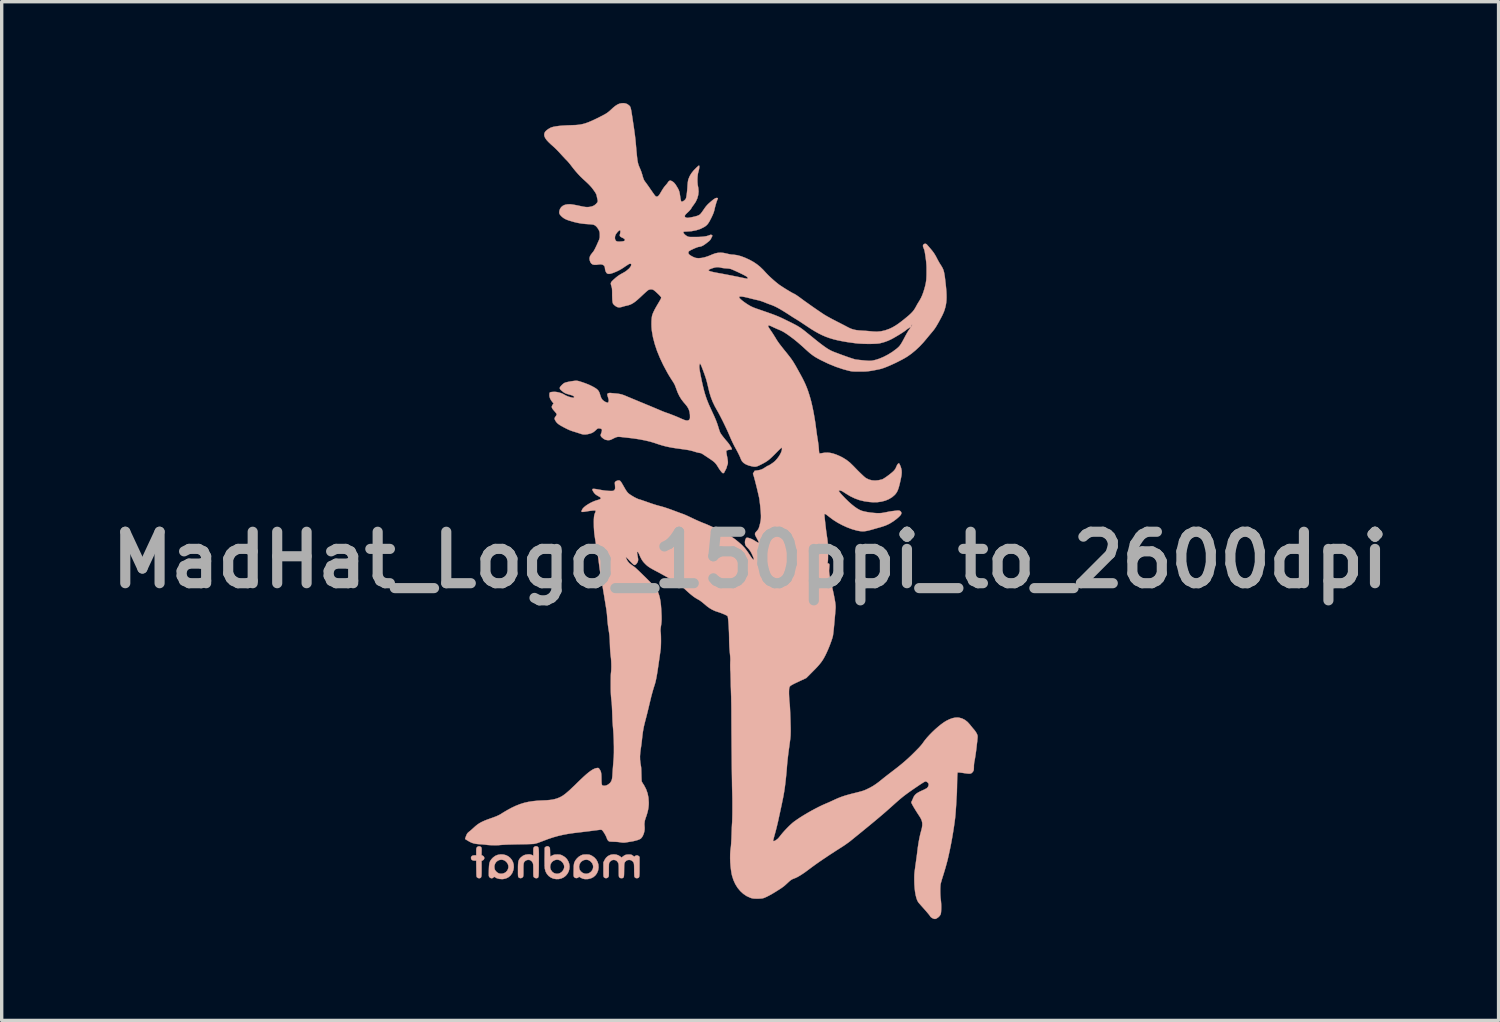
<source format=kicad_pcb>
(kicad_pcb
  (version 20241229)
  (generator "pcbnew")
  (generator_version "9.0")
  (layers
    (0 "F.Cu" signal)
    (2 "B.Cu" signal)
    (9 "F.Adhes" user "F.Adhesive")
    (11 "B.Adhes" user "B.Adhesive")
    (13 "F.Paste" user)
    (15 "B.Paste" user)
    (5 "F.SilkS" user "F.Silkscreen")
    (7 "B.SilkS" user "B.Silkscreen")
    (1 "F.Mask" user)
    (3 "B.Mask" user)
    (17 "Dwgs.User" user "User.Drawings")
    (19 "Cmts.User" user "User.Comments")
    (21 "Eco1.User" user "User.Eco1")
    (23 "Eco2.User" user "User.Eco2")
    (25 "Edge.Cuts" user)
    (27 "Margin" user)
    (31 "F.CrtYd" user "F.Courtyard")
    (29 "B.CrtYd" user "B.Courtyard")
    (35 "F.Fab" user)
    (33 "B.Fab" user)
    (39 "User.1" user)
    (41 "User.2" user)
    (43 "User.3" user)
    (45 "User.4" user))
  (footprint "MadHat_Logo_150ppi_to_2600dpi"
    (layer "F.Cu")
    (at 19.166 13.533)
    (property "Reference" "MadHat_Logo_150ppi_to_2600dpi" (at 0 0 0) (layer "F.Fab") (effects (font (size 1.524 1.524) (thickness 0.3))))
    (attr through_hole)
    (fp_poly (pts (xy -8.072 8.494) (xy -8.088 8.507) (xy -8.098 8.521) (xy -8.105 8.536) (xy -8.109 8.556) (xy -8.111 8.586) (xy -8.111 8.631) (xy -8.111 8.641) (xy -8.111 8.748) (xy -8.165 8.748) (xy -8.213 8.755) (xy -8.246 8.773) (xy -8.264 8.803) (xy -8.267 8.826) (xy -8.259 8.863) (xy -8.235 8.888) (xy -8.197 8.902) (xy -8.166 8.905) (xy -8.112 8.905) (xy -8.109 9.144) (xy -8.108 9.218) (xy -8.107 9.276) (xy -8.106 9.319) (xy -8.104 9.35) (xy -8.101 9.372) (xy -8.098 9.386) (xy -8.093 9.395) (xy -8.087 9.402) (xy -8.054 9.422) (xy -8.016 9.426) (xy -7.997 9.422) (xy -7.984 9.415) (xy -7.973 9.406) (xy -7.966 9.391) (xy -7.96 9.369) (xy -7.956 9.336) (xy -7.954 9.292) (xy -7.953 9.232) (xy -7.953 9.156) (xy -7.953 9.143) (xy -7.954 8.915) (xy -7.918 8.898) (xy -7.888 8.874) (xy -7.874 8.844) (xy -7.875 8.811) (xy -7.891 8.781) (xy -7.923 8.758) (xy -7.923 8.758) (xy -7.955 8.743) (xy -7.953 8.633) (xy -7.952 8.585) (xy -7.953 8.552) (xy -7.955 8.531) (xy -7.96 8.516) (xy -7.969 8.506) (xy -7.972 8.502) (xy -8.003 8.483) (xy -8.039 8.481) (xy -8.072 8.494)) (stroke (width 0.01) (type solid)) (fill yes) (layer "B.SilkS"))
    (fp_poly (pts (xy -7.468 8.733) (xy -7.54 8.761) (xy -7.604 8.806) (xy -7.637 8.837) (xy -7.667 8.872) (xy -7.691 8.905) (xy -7.708 8.94) (xy -7.721 8.979) (xy -7.729 9.026) (xy -7.734 9.085) (xy -7.737 9.159) (xy -7.738 9.189) (xy -7.739 9.252) (xy -7.74 9.3) (xy -7.739 9.333) (xy -7.738 9.356) (xy -7.734 9.372) (xy -7.729 9.383) (xy -7.722 9.393) (xy -7.718 9.398) (xy -7.688 9.42) (xy -7.654 9.428) (xy -7.622 9.42) (xy -7.601 9.403) (xy -7.586 9.387) (xy -7.573 9.387) (xy -7.566 9.391) (xy -7.502 9.427) (xy -7.427 9.447) (xy -7.346 9.453) (xy -7.315 9.451) (xy -7.234 9.434) (xy -7.162 9.4) (xy -7.102 9.351) (xy -7.053 9.285) (xy -7.04 9.261) (xy -7.011 9.181) (xy -6.999 9.102) (xy -7.001 9.061) (xy -7.159 9.061) (xy -7.16 9.119) (xy -7.18 9.177) (xy -7.194 9.201) (xy -7.235 9.247) (xy -7.287 9.277) (xy -7.346 9.293) (xy -7.409 9.291) (xy -7.439 9.284) (xy -7.479 9.264) (xy -7.518 9.231) (xy -7.55 9.192) (xy -7.561 9.169) (xy -7.575 9.115) (xy -7.572 9.055) (xy -7.555 9) (xy -7.555 8.998) (xy -7.52 8.946) (xy -7.475 8.909) (xy -7.423 8.886) (xy -7.368 8.878) (xy -7.312 8.886) (xy -7.259 8.91) (xy -7.214 8.949) (xy -7.177 9.004) (xy -7.159 9.061) (xy -7.001 9.061) (xy -7.003 9.024) (xy -7.023 8.952) (xy -7.057 8.885) (xy -7.104 8.827) (xy -7.161 8.78) (xy -7.229 8.745) (xy -7.306 8.725) (xy -7.386 8.721) (xy -7.468 8.733)) (stroke (width 0.01) (type solid)) (fill yes) (layer "B.SilkS"))
    (fp_poly (pts (xy -6.05 8.493) (xy -6.056 8.497) (xy -6.084 8.522) (xy -6.087 8.804) (xy -6.088 8.901) (xy -6.087 8.985) (xy -6.086 9.055) (xy -6.083 9.109) (xy -6.08 9.145) (xy -6.079 9.149) (xy -6.056 9.231) (xy -6.017 9.302) (xy -5.965 9.361) (xy -5.901 9.407) (xy -5.828 9.438) (xy -5.746 9.452) (xy -5.668 9.451) (xy -5.59 9.433) (xy -5.52 9.4) (xy -5.46 9.353) (xy -5.412 9.295) (xy -5.376 9.229) (xy -5.355 9.156) (xy -5.348 9.08) (xy -5.35 9.062) (xy -5.507 9.062) (xy -5.508 9.115) (xy -5.513 9.136) (xy -5.54 9.194) (xy -5.579 9.24) (xy -5.628 9.274) (xy -5.683 9.292) (xy -5.741 9.294) (xy -5.799 9.278) (xy -5.801 9.277) (xy -5.833 9.258) (xy -5.864 9.232) (xy -5.871 9.224) (xy -5.904 9.173) (xy -5.921 9.118) (xy -5.921 9.062) (xy -5.907 9.008) (xy -5.879 8.959) (xy -5.838 8.919) (xy -5.786 8.891) (xy -5.744 8.88) (xy -5.689 8.879) (xy -5.637 8.895) (xy -5.591 8.924) (xy -5.552 8.964) (xy -5.523 9.011) (xy -5.507 9.062) (xy -5.35 9.062) (xy -5.358 9.002) (xy -5.383 8.931) (xy -5.426 8.86) (xy -5.482 8.803) (xy -5.553 8.758) (xy -5.56 8.755) (xy -5.594 8.739) (xy -5.624 8.73) (xy -5.654 8.725) (xy -5.695 8.724) (xy -5.713 8.724) (xy -5.758 8.725) (xy -5.79 8.728) (xy -5.817 8.735) (xy -5.846 8.747) (xy -5.861 8.754) (xy -5.921 8.785) (xy -5.925 8.655) (xy -5.926 8.601) (xy -5.928 8.563) (xy -5.931 8.537) (xy -5.936 8.52) (xy -5.943 8.509) (xy -5.947 8.504) (xy -5.981 8.482) (xy -6.016 8.479) (xy -6.05 8.493)) (stroke (width 0.01) (type solid)) (fill yes) (layer "B.SilkS"))
    (fp_poly (pts (xy -4.905 8.725) (xy -4.939 8.728) (xy -4.968 8.734) (xy -4.998 8.746) (xy -5.012 8.752) (xy -5.073 8.789) (xy -5.128 8.84) (xy -5.174 8.898) (xy -5.201 8.951) (xy -5.209 8.973) (xy -5.215 8.996) (xy -5.219 9.023) (xy -5.223 9.057) (xy -5.225 9.102) (xy -5.227 9.162) (xy -5.227 9.188) (xy -5.228 9.252) (xy -5.229 9.299) (xy -5.228 9.333) (xy -5.227 9.356) (xy -5.223 9.372) (xy -5.218 9.384) (xy -5.211 9.394) (xy -5.21 9.395) (xy -5.182 9.416) (xy -5.147 9.424) (xy -5.111 9.417) (xy -5.087 9.402) (xy -5.065 9.382) (xy -5.027 9.406) (xy -4.964 9.437) (xy -4.895 9.453) (xy -4.817 9.452) (xy -4.797 9.45) (xy -4.715 9.43) (xy -4.643 9.394) (xy -4.583 9.343) (xy -4.537 9.279) (xy -4.505 9.203) (xy -4.501 9.188) (xy -4.488 9.103) (xy -4.489 9.095) (xy -4.648 9.095) (xy -4.657 9.145) (xy -4.678 9.191) (xy -4.709 9.231) (xy -4.749 9.263) (xy -4.795 9.285) (xy -4.847 9.295) (xy -4.902 9.29) (xy -4.958 9.268) (xy -4.971 9.26) (xy -5.017 9.222) (xy -5.048 9.176) (xy -5.063 9.124) (xy -5.065 9.07) (xy -5.053 9.018) (xy -5.028 8.969) (xy -4.991 8.928) (xy -4.942 8.897) (xy -4.901 8.884) (xy -4.841 8.878) (xy -4.787 8.89) (xy -4.736 8.921) (xy -4.71 8.944) (xy -4.673 8.992) (xy -4.653 9.044) (xy -4.648 9.095) (xy -4.489 9.095) (xy -4.494 9.021) (xy -4.518 8.944) (xy -4.557 8.874) (xy -4.612 8.813) (xy -4.68 8.765) (xy -4.702 8.754) (xy -4.734 8.739) (xy -4.762 8.73) (xy -4.791 8.726) (xy -4.829 8.724) (xy -4.858 8.724) (xy -4.905 8.725)) (stroke (width 0.01) (type solid)) (fill yes) (layer "B.SilkS"))
    (fp_poly (pts (xy -6.38 8.489) (xy -6.401 8.506) (xy -6.41 8.517) (xy -6.416 8.532) (xy -6.419 8.553) (xy -6.421 8.586) (xy -6.421 8.633) (xy -6.421 8.642) (xy -6.421 8.757) (xy -6.467 8.737) (xy -6.497 8.726) (xy -6.527 8.72) (xy -6.565 8.72) (xy -6.586 8.721) (xy -6.662 8.733) (xy -6.726 8.76) (xy -6.783 8.803) (xy -6.799 8.819) (xy -6.822 8.845) (xy -6.84 8.871) (xy -6.853 8.899) (xy -6.863 8.931) (xy -6.869 8.971) (xy -6.873 9.022) (xy -6.875 9.087) (xy -6.875 9.168) (xy -6.875 9.17) (xy -6.875 9.24) (xy -6.875 9.293) (xy -6.874 9.332) (xy -6.872 9.359) (xy -6.869 9.377) (xy -6.865 9.389) (xy -6.86 9.398) (xy -6.855 9.403) (xy -6.824 9.421) (xy -6.788 9.425) (xy -6.754 9.413) (xy -6.736 9.398) (xy -6.729 9.389) (xy -6.723 9.378) (xy -6.719 9.364) (xy -6.717 9.342) (xy -6.715 9.311) (xy -6.714 9.268) (xy -6.714 9.209) (xy -6.714 9.182) (xy -6.714 9.11) (xy -6.713 9.055) (xy -6.71 9.014) (xy -6.705 8.983) (xy -6.698 8.961) (xy -6.687 8.942) (xy -6.673 8.926) (xy -6.664 8.918) (xy -6.628 8.895) (xy -6.584 8.883) (xy -6.543 8.884) (xy -6.537 8.885) (xy -6.493 8.904) (xy -6.461 8.933) (xy -6.442 8.966) (xy -6.434 8.982) (xy -6.429 9) (xy -6.425 9.021) (xy -6.423 9.05) (xy -6.422 9.089) (xy -6.421 9.143) (xy -6.421 9.194) (xy -6.421 9.259) (xy -6.421 9.307) (xy -6.419 9.341) (xy -6.417 9.364) (xy -6.414 9.379) (xy -6.409 9.39) (xy -6.402 9.397) (xy -6.399 9.4) (xy -6.365 9.421) (xy -6.329 9.427) (xy -6.308 9.423) (xy -6.297 9.418) (xy -6.287 9.413) (xy -6.28 9.405) (xy -6.274 9.393) (xy -6.269 9.375) (xy -6.265 9.349) (xy -6.263 9.314) (xy -6.261 9.268) (xy -6.26 9.209) (xy -6.259 9.135) (xy -6.258 9.044) (xy -6.258 8.964) (xy -6.257 8.858) (xy -6.257 8.77) (xy -6.257 8.698) (xy -6.258 8.641) (xy -6.26 8.596) (xy -6.263 8.561) (xy -6.267 8.536) (xy -6.272 8.518) (xy -6.279 8.506) (xy -6.288 8.497) (xy -6.299 8.49) (xy -6.307 8.486) (xy -6.345 8.478) (xy -6.38 8.489)) (stroke (width 0.01) (type solid)) (fill yes) (layer "B.SilkS"))
    (fp_poly (pts (xy -4.111 8.728) (xy -4.148 8.739) (xy -4.213 8.772) (xy -4.267 8.821) (xy -4.309 8.885) (xy -4.313 8.893) (xy -4.345 8.958) (xy -4.345 9.17) (xy -4.345 9.24) (xy -4.345 9.293) (xy -4.344 9.332) (xy -4.342 9.359) (xy -4.339 9.377) (xy -4.335 9.389) (xy -4.329 9.398) (xy -4.324 9.403) (xy -4.293 9.422) (xy -4.257 9.425) (xy -4.223 9.413) (xy -4.207 9.399) (xy -4.199 9.389) (xy -4.193 9.379) (xy -4.189 9.365) (xy -4.186 9.345) (xy -4.185 9.315) (xy -4.184 9.273) (xy -4.184 9.217) (xy -4.184 9.179) (xy -4.184 9.113) (xy -4.183 9.063) (xy -4.182 9.026) (xy -4.18 9) (xy -4.176 8.982) (xy -4.171 8.968) (xy -4.164 8.956) (xy -4.162 8.952) (xy -4.126 8.914) (xy -4.083 8.89) (xy -4.038 8.883) (xy -3.992 8.891) (xy -3.951 8.914) (xy -3.919 8.953) (xy -3.913 8.963) (xy -3.905 8.979) (xy -3.9 8.996) (xy -3.896 9.016) (xy -3.893 9.042) (xy -3.892 9.078) (xy -3.891 9.127) (xy -3.891 9.193) (xy -3.891 9.195) (xy -3.891 9.26) (xy -3.89 9.309) (xy -3.889 9.344) (xy -3.887 9.368) (xy -3.883 9.384) (xy -3.878 9.394) (xy -3.872 9.403) (xy -3.871 9.403) (xy -3.853 9.417) (xy -3.832 9.424) (xy -3.808 9.425) (xy -3.779 9.423) (xy -3.762 9.415) (xy -3.749 9.399) (xy -3.743 9.387) (xy -3.739 9.369) (xy -3.736 9.342) (xy -3.734 9.303) (xy -3.733 9.249) (xy -3.732 9.182) (xy -3.731 9.114) (xy -3.73 9.063) (xy -3.728 9.026) (xy -3.725 8.999) (xy -3.721 8.98) (xy -3.716 8.965) (xy -3.71 8.954) (xy -3.676 8.914) (xy -3.631 8.89) (xy -3.582 8.883) (xy -3.529 8.893) (xy -3.485 8.92) (xy -3.458 8.953) (xy -3.45 8.967) (xy -3.445 8.982) (xy -3.441 9.001) (xy -3.438 9.027) (xy -3.436 9.065) (xy -3.435 9.116) (xy -3.434 9.168) (xy -3.434 9.228) (xy -3.432 9.282) (xy -3.431 9.327) (xy -3.429 9.36) (xy -3.428 9.375) (xy -3.414 9.403) (xy -3.387 9.421) (xy -3.353 9.426) (xy -3.325 9.421) (xy -3.312 9.415) (xy -3.301 9.409) (xy -3.292 9.398) (xy -3.286 9.383) (xy -3.282 9.36) (xy -3.279 9.327) (xy -3.277 9.282) (xy -3.276 9.224) (xy -3.276 9.149) (xy -3.276 9.087) (xy -3.275 8.796) (xy -3.299 8.772) (xy -3.332 8.752) (xy -3.368 8.75) (xy -3.403 8.766) (xy -3.405 8.768) (xy -3.43 8.788) (xy -3.476 8.756) (xy -3.501 8.739) (xy -3.523 8.73) (xy -3.548 8.725) (xy -3.583 8.724) (xy -3.596 8.724) (xy -3.648 8.727) (xy -3.69 8.736) (xy -3.729 8.755) (xy -3.772 8.787) (xy -3.774 8.788) (xy -3.808 8.814) (xy -3.842 8.786) (xy -3.9 8.75) (xy -3.967 8.727) (xy -4.039 8.72) (xy -4.111 8.728)) (stroke (width 0.01) (type solid)) (fill yes) (layer "B.SilkS"))
    (fp_poly (pts (xy -3.817 -13.524) (xy -3.877 -13.51) (xy -3.935 -13.483) (xy -3.996 -13.443) (xy -4.063 -13.388) (xy -4.08 -13.372) (xy -4.126 -13.33) (xy -4.165 -13.294) (xy -4.202 -13.264) (xy -4.239 -13.237) (xy -4.279 -13.211) (xy -4.326 -13.185) (xy -4.382 -13.155) (xy -4.451 -13.12) (xy -4.497 -13.096) (xy -4.607 -13.043) (xy -4.703 -12.999) (xy -4.788 -12.963) (xy -4.866 -12.935) (xy -4.941 -12.913) (xy -5.014 -12.897) (xy -5.089 -12.886) (xy -5.17 -12.879) (xy -5.258 -12.876) (xy -5.278 -12.875) (xy -5.422 -12.87) (xy -5.55 -12.863) (xy -5.662 -12.853) (xy -5.757 -12.84) (xy -5.834 -12.825) (xy -5.892 -12.807) (xy -5.915 -12.797) (xy -5.97 -12.765) (xy -6.019 -12.731) (xy -6.056 -12.697) (xy -6.079 -12.666) (xy -6.079 -12.666) (xy -6.095 -12.624) (xy -6.098 -12.582) (xy -6.088 -12.538) (xy -6.065 -12.49) (xy -6.028 -12.438) (xy -5.975 -12.38) (xy -5.907 -12.314) (xy -5.846 -12.26) (xy -5.798 -12.217) (xy -5.744 -12.165) (xy -5.689 -12.109) (xy -5.639 -12.056) (xy -5.627 -12.042) (xy -5.583 -11.994) (xy -5.537 -11.944) (xy -5.493 -11.897) (xy -5.456 -11.858) (xy -5.443 -11.846) (xy -5.404 -11.805) (xy -5.361 -11.755) (xy -5.32 -11.705) (xy -5.301 -11.679) (xy -5.236 -11.595) (xy -5.165 -11.509) (xy -5.092 -11.426) (xy -5.02 -11.35) (xy -4.954 -11.287) (xy -4.888 -11.227) (xy -4.835 -11.178) (xy -4.792 -11.137) (xy -4.757 -11.101) (xy -4.727 -11.069) (xy -4.7 -11.039) (xy -4.675 -11.007) (xy -4.656 -10.982) (xy -4.616 -10.927) (xy -4.586 -10.883) (xy -4.566 -10.848) (xy -4.552 -10.817) (xy -4.544 -10.787) (xy -4.541 -10.771) (xy -4.534 -10.734) (xy -4.524 -10.692) (xy -4.52 -10.675) (xy -4.513 -10.642) (xy -4.513 -10.617) (xy -4.523 -10.593) (xy -4.544 -10.565) (xy -4.568 -10.539) (xy -4.619 -10.498) (xy -4.684 -10.47) (xy -4.762 -10.454) (xy -4.795 -10.451) (xy -4.825 -10.45) (xy -4.856 -10.451) (xy -4.889 -10.454) (xy -4.928 -10.46) (xy -4.979 -10.47) (xy -5.044 -10.484) (xy -5.055 -10.486) (xy -5.119 -10.5) (xy -5.182 -10.512) (xy -5.241 -10.522) (xy -5.29 -10.529) (xy -5.319 -10.533) (xy -5.406 -10.532) (xy -5.481 -10.518) (xy -5.544 -10.49) (xy -5.594 -10.449) (xy -5.63 -10.395) (xy -5.649 -10.336) (xy -5.654 -10.293) (xy -5.648 -10.256) (xy -5.628 -10.221) (xy -5.593 -10.182) (xy -5.585 -10.174) (xy -5.539 -10.135) (xy -5.491 -10.104) (xy -5.436 -10.078) (xy -5.369 -10.053) (xy -5.356 -10.05) (xy -5.23 -10.012) (xy -5.113 -9.984) (xy -5.001 -9.964) (xy -4.887 -9.951) (xy -4.799 -9.945) (xy -4.749 -9.942) (xy -4.701 -9.937) (xy -4.663 -9.933) (xy -4.64 -9.929) (xy -4.598 -9.91) (xy -4.556 -9.876) (xy -4.517 -9.829) (xy -4.484 -9.775) (xy -4.469 -9.743) (xy -4.46 -9.715) (xy -4.455 -9.687) (xy -4.453 -9.65) (xy -4.453 -9.618) (xy -4.453 -9.581) (xy -4.454 -9.552) (xy -4.458 -9.527) (xy -4.466 -9.5) (xy -4.479 -9.467) (xy -4.498 -9.424) (xy -4.51 -9.398) (xy -4.543 -9.323) (xy -4.571 -9.264) (xy -4.594 -9.217) (xy -4.614 -9.18) (xy -4.631 -9.15) (xy -4.649 -9.125) (xy -4.668 -9.102) (xy -4.676 -9.092) (xy -4.719 -9.036) (xy -4.746 -8.984) (xy -4.757 -8.933) (xy -4.752 -8.88) (xy -4.732 -8.822) (xy -4.731 -8.82) (xy -4.705 -8.78) (xy -4.668 -8.753) (xy -4.619 -8.74) (xy -4.556 -8.74) (xy -4.486 -8.75) (xy -4.43 -8.755) (xy -4.38 -8.748) (xy -4.341 -8.729) (xy -4.314 -8.7) (xy -4.302 -8.662) (xy -4.301 -8.653) (xy -4.296 -8.606) (xy -4.284 -8.559) (xy -4.265 -8.519) (xy -4.247 -8.494) (xy -4.219 -8.477) (xy -4.183 -8.471) (xy -4.135 -8.477) (xy -4.075 -8.495) (xy -4.042 -8.507) (xy -3.961 -8.54) (xy -3.891 -8.573) (xy -3.823 -8.611) (xy -3.75 -8.657) (xy -3.723 -8.676) (xy -3.68 -8.705) (xy -3.641 -8.73) (xy -3.609 -8.751) (xy -3.589 -8.763) (xy -3.588 -8.763) (xy -3.558 -8.773) (xy -3.534 -8.77) (xy -3.521 -8.756) (xy -3.52 -8.747) (xy -3.528 -8.709) (xy -3.554 -8.666) (xy -3.593 -8.622) (xy -3.645 -8.577) (xy -3.706 -8.533) (xy -3.771 -8.496) (xy -3.844 -8.456) (xy -3.91 -8.413) (xy -3.973 -8.364) (xy -4.041 -8.304) (xy -4.054 -8.292) (xy -4.092 -8.255) (xy -4.115 -8.225) (xy -4.125 -8.197) (xy -4.124 -8.165) (xy -4.113 -8.124) (xy -4.106 -8.101) (xy -4.098 -8.075) (xy -4.092 -8.048) (xy -4.089 -8.015) (xy -4.087 -7.973) (xy -4.086 -7.917) (xy -4.086 -7.896) (xy -4.086 -7.836) (xy -4.084 -7.776) (xy -4.082 -7.722) (xy -4.079 -7.679) (xy -4.078 -7.67) (xy -4.072 -7.63) (xy -4.066 -7.603) (xy -4.055 -7.583) (xy -4.038 -7.563) (xy -4.031 -7.555) (xy -3.985 -7.517) (xy -3.936 -7.49) (xy -3.888 -7.479) (xy -3.879 -7.478) (xy -3.851 -7.482) (xy -3.814 -7.489) (xy -3.782 -7.498) (xy -3.737 -7.512) (xy -3.686 -7.525) (xy -3.653 -7.532) (xy -3.6 -7.545) (xy -3.55 -7.562) (xy -3.502 -7.585) (xy -3.452 -7.615) (xy -3.399 -7.653) (xy -3.34 -7.702) (xy -3.272 -7.763) (xy -3.209 -7.822) (xy -3.16 -7.868) (xy -3.114 -7.91) (xy -3.073 -7.947) (xy -3.039 -7.975) (xy -3.016 -7.993) (xy -3.01 -7.997) (xy -2.959 -8.013) (xy -2.906 -8.012) (xy -2.871 -8.001) (xy -2.85 -7.987) (xy -2.82 -7.964) (xy -2.784 -7.933) (xy -2.747 -7.898) (xy -2.71 -7.863) (xy -2.677 -7.829) (xy -2.652 -7.801) (xy -2.637 -7.781) (xy -2.634 -7.776) (xy -2.634 -7.763) (xy -2.64 -7.744) (xy -2.653 -7.716) (xy -2.675 -7.678) (xy -2.705 -7.626) (xy -2.722 -7.598) (xy -2.778 -7.503) (xy -2.823 -7.422) (xy -2.857 -7.353) (xy -2.883 -7.294) (xy -2.9 -7.244) (xy -2.901 -7.243) (xy -2.91 -7.195) (xy -2.917 -7.133) (xy -2.921 -7.06) (xy -2.922 -6.982) (xy -2.92 -6.902) (xy -2.914 -6.826) (xy -2.909 -6.78) (xy -2.876 -6.592) (xy -2.825 -6.397) (xy -2.758 -6.195) (xy -2.673 -5.987) (xy -2.573 -5.774) (xy -2.456 -5.556) (xy -2.447 -5.54) (xy -2.416 -5.486) (xy -2.382 -5.43) (xy -2.349 -5.377) (xy -2.321 -5.334) (xy -2.319 -5.33) (xy -2.282 -5.274) (xy -2.254 -5.227) (xy -2.231 -5.183) (xy -2.211 -5.134) (xy -2.189 -5.074) (xy -2.185 -5.062) (xy -2.142 -4.95) (xy -2.094 -4.851) (xy -2.038 -4.76) (xy -1.97 -4.671) (xy -1.922 -4.616) (xy -1.863 -4.542) (xy -1.821 -4.468) (xy -1.795 -4.389) (xy -1.782 -4.301) (xy -1.781 -4.248) (xy -1.781 -4.209) (xy -1.785 -4.184) (xy -1.792 -4.167) (xy -1.804 -4.152) (xy -1.806 -4.15) (xy -1.83 -4.134) (xy -1.861 -4.128) (xy -1.901 -4.132) (xy -1.952 -4.147) (xy -2.015 -4.173) (xy -2.043 -4.185) (xy -2.11 -4.215) (xy -2.187 -4.248) (xy -2.27 -4.281) (xy -2.352 -4.313) (xy -2.427 -4.341) (xy -2.489 -4.362) (xy -2.525 -4.375) (xy -2.572 -4.393) (xy -2.626 -4.415) (xy -2.678 -4.437) (xy -2.679 -4.438) (xy -2.715 -4.453) (xy -2.767 -4.475) (xy -2.831 -4.502) (xy -2.905 -4.533) (xy -2.986 -4.567) (xy -3.072 -4.602) (xy -3.16 -4.639) (xy -3.192 -4.652) (xy -3.278 -4.687) (xy -3.361 -4.722) (xy -3.438 -4.754) (xy -3.508 -4.783) (xy -3.568 -4.808) (xy -3.616 -4.828) (xy -3.649 -4.842) (xy -3.659 -4.846) (xy -3.733 -4.877) (xy -3.797 -4.899) (xy -3.859 -4.914) (xy -3.924 -4.924) (xy -3.969 -4.929) (xy -4.019 -4.933) (xy -4.067 -4.938) (xy -4.106 -4.941) (xy -4.127 -4.944) (xy -4.17 -4.944) (xy -4.205 -4.935) (xy -4.226 -4.919) (xy -4.23 -4.913) (xy -4.23 -4.896) (xy -4.224 -4.867) (xy -4.215 -4.837) (xy -4.2 -4.788) (xy -4.191 -4.753) (xy -4.188 -4.726) (xy -4.19 -4.704) (xy -4.194 -4.688) (xy -4.203 -4.666) (xy -4.214 -4.658) (xy -4.235 -4.66) (xy -4.236 -4.66) (xy -4.28 -4.676) (xy -4.327 -4.703) (xy -4.366 -4.736) (xy -4.375 -4.745) (xy -4.394 -4.771) (xy -4.411 -4.8) (xy -4.425 -4.837) (xy -4.441 -4.886) (xy -4.447 -4.905) (xy -4.462 -4.952) (xy -4.481 -4.991) (xy -4.505 -5.025) (xy -4.538 -5.057) (xy -4.581 -5.088) (xy -4.637 -5.121) (xy -4.709 -5.158) (xy -4.72 -5.163) (xy -4.772 -5.188) (xy -4.834 -5.213) (xy -4.9 -5.238) (xy -4.966 -5.261) (xy -5.028 -5.281) (xy -5.081 -5.297) (xy -5.122 -5.305) (xy -5.129 -5.306) (xy -5.16 -5.307) (xy -5.205 -5.303) (xy -5.259 -5.296) (xy -5.318 -5.287) (xy -5.377 -5.276) (xy -5.43 -5.264) (xy -5.463 -5.255) (xy -5.496 -5.243) (xy -5.526 -5.225) (xy -5.559 -5.197) (xy -5.578 -5.178) (xy -5.611 -5.143) (xy -5.631 -5.115) (xy -5.638 -5.09) (xy -5.632 -5.065) (xy -5.612 -5.038) (xy -5.576 -5.006) (xy -5.527 -4.968) (xy -5.501 -4.95) (xy -5.471 -4.935) (xy -5.434 -4.921) (xy -5.385 -4.906) (xy -5.359 -4.899) (xy -5.298 -4.882) (xy -5.254 -4.866) (xy -5.226 -4.85) (xy -5.213 -4.835) (xy -5.213 -4.818) (xy -5.214 -4.815) (xy -5.222 -4.806) (xy -5.238 -4.803) (xy -5.261 -4.806) (xy -5.308 -4.816) (xy -5.361 -4.831) (xy -5.414 -4.85) (xy -5.46 -4.87) (xy -5.495 -4.889) (xy -5.498 -4.891) (xy -5.54 -4.916) (xy -5.596 -4.939) (xy -5.658 -4.958) (xy -5.721 -4.972) (xy -5.777 -4.978) (xy -5.791 -4.978) (xy -5.833 -4.977) (xy -5.872 -4.974) (xy -5.898 -4.97) (xy -5.923 -4.964) (xy -5.935 -4.954) (xy -5.941 -4.934) (xy -5.943 -4.92) (xy -5.944 -4.856) (xy -5.929 -4.794) (xy -5.897 -4.731) (xy -5.853 -4.673) (xy -5.822 -4.636) (xy -5.848 -4.597) (xy -5.865 -4.568) (xy -5.874 -4.542) (xy -5.872 -4.517) (xy -5.861 -4.489) (xy -5.837 -4.455) (xy -5.801 -4.412) (xy -5.779 -4.388) (xy -5.755 -4.359) (xy -5.736 -4.333) (xy -5.728 -4.314) (xy -5.727 -4.312) (xy -5.733 -4.294) (xy -5.748 -4.268) (xy -5.762 -4.247) (xy -5.782 -4.218) (xy -5.791 -4.193) (xy -5.788 -4.167) (xy -5.773 -4.136) (xy -5.755 -4.105) (xy -5.734 -4.076) (xy -5.71 -4.05) (xy -5.68 -4.025) (xy -5.642 -3.998) (xy -5.592 -3.968) (xy -5.528 -3.933) (xy -5.493 -3.915) (xy -5.412 -3.874) (xy -5.341 -3.842) (xy -5.273 -3.817) (xy -5.219 -3.8) (xy -5.166 -3.784) (xy -5.113 -3.767) (xy -5.066 -3.752) (xy -5.034 -3.741) (xy -4.976 -3.723) (xy -4.925 -3.715) (xy -4.871 -3.716) (xy -4.809 -3.725) (xy -4.8 -3.727) (xy -4.732 -3.744) (xy -4.677 -3.765) (xy -4.63 -3.793) (xy -4.583 -3.832) (xy -4.572 -3.843) (xy -4.542 -3.871) (xy -4.521 -3.887) (xy -4.502 -3.895) (xy -4.482 -3.897) (xy -4.479 -3.896) (xy -4.447 -3.893) (xy -4.417 -3.885) (xy -4.416 -3.885) (xy -4.398 -3.874) (xy -4.39 -3.858) (xy -4.389 -3.837) (xy -4.394 -3.805) (xy -4.404 -3.768) (xy -4.409 -3.758) (xy -4.424 -3.717) (xy -4.427 -3.685) (xy -4.415 -3.657) (xy -4.389 -3.628) (xy -4.336 -3.585) (xy -4.284 -3.559) (xy -4.228 -3.548) (xy -4.207 -3.547) (xy -4.176 -3.548) (xy -4.15 -3.552) (xy -4.122 -3.561) (xy -4.087 -3.578) (xy -4.059 -3.592) (xy -4.007 -3.618) (xy -3.965 -3.635) (xy -3.928 -3.644) (xy -3.889 -3.646) (xy -3.842 -3.643) (xy -3.816 -3.64) (xy -3.768 -3.635) (xy -3.719 -3.629) (xy -3.678 -3.625) (xy -3.671 -3.624) (xy -3.47 -3.601) (xy -3.284 -3.573) (xy -3.114 -3.54) (xy -2.96 -3.504) (xy -2.825 -3.463) (xy -2.809 -3.457) (xy -2.704 -3.422) (xy -2.606 -3.392) (xy -2.509 -3.366) (xy -2.41 -3.344) (xy -2.305 -3.324) (xy -2.188 -3.306) (xy -2.057 -3.288) (xy -2.054 -3.287) (xy -1.961 -3.275) (xy -1.883 -3.263) (xy -1.817 -3.252) (xy -1.76 -3.239) (xy -1.707 -3.226) (xy -1.655 -3.21) (xy -1.653 -3.209) (xy -1.606 -3.195) (xy -1.557 -3.182) (xy -1.517 -3.173) (xy -1.507 -3.171) (xy -1.488 -3.168) (xy -1.473 -3.166) (xy -1.46 -3.162) (xy -1.446 -3.157) (xy -1.429 -3.148) (xy -1.406 -3.135) (xy -1.376 -3.115) (xy -1.335 -3.088) (xy -1.282 -3.053) (xy -1.24 -3.025) (xy -1.175 -2.982) (xy -1.124 -2.946) (xy -1.083 -2.915) (xy -1.05 -2.886) (xy -1.023 -2.857) (xy -0.997 -2.824) (xy -0.971 -2.785) (xy -0.942 -2.738) (xy -0.936 -2.729) (xy -0.91 -2.687) (xy -0.88 -2.646) (xy -0.854 -2.613) (xy -0.849 -2.607) (xy -0.826 -2.583) (xy -0.81 -2.571) (xy -0.798 -2.569) (xy -0.786 -2.573) (xy -0.77 -2.585) (xy -0.765 -2.593) (xy -0.76 -2.606) (xy -0.748 -2.63) (xy -0.732 -2.659) (xy -0.713 -2.695) (xy -0.698 -2.731) (xy -0.692 -2.755) (xy -0.683 -2.788) (xy -0.673 -2.817) (xy -0.671 -2.82) (xy -0.662 -2.845) (xy -0.659 -2.877) (xy -0.66 -2.919) (xy -0.667 -2.974) (xy -0.679 -3.045) (xy -0.686 -3.077) (xy -0.697 -3.137) (xy -0.704 -3.184) (xy -0.706 -3.216) (xy -0.705 -3.23) (xy -0.69 -3.242) (xy -0.662 -3.253) (xy -0.626 -3.262) (xy -0.588 -3.267) (xy -0.569 -3.268) (xy -0.548 -3.272) (xy -0.54 -3.28) (xy -0.546 -3.3) (xy -0.561 -3.331) (xy -0.584 -3.37) (xy -0.611 -3.412) (xy -0.641 -3.453) (xy -0.67 -3.49) (xy -0.677 -3.498) (xy -0.717 -3.544) (xy -0.758 -3.594) (xy -0.799 -3.645) (xy -0.835 -3.692) (xy -0.863 -3.732) (xy -0.879 -3.756) (xy -0.89 -3.779) (xy -0.904 -3.815) (xy -0.919 -3.861) (xy -0.935 -3.91) (xy -0.935 -3.911) (xy -0.957 -3.983) (xy -0.98 -4.05) (xy -1.005 -4.117) (xy -1.034 -4.188) (xy -1.068 -4.266) (xy -1.11 -4.356) (xy -1.126 -4.391) (xy -1.177 -4.502) (xy -1.222 -4.601) (xy -1.26 -4.694) (xy -1.294 -4.783) (xy -1.324 -4.872) (xy -1.352 -4.965) (xy -1.378 -5.064) (xy -1.404 -5.174) (xy -1.432 -5.298) (xy -1.448 -5.377) (xy -1.468 -5.473) (xy -1.483 -5.552) (xy -1.494 -5.615) (xy -1.501 -5.666) (xy -1.505 -5.707) (xy -1.505 -5.738) (xy -1.503 -5.763) (xy -1.498 -5.782) (xy -1.486 -5.818) (xy -1.469 -5.796) (xy -1.46 -5.779) (xy -1.445 -5.747) (xy -1.427 -5.702) (xy -1.406 -5.648) (xy -1.384 -5.588) (xy -1.36 -5.524) (xy -1.338 -5.461) (xy -1.317 -5.4) (xy -1.304 -5.359) (xy -1.291 -5.314) (xy -1.276 -5.256) (xy -1.26 -5.193) (xy -1.246 -5.131) (xy -1.243 -5.119) (xy -1.206 -4.963) (xy -1.162 -4.821) (xy -1.11 -4.686) (xy -1.047 -4.554) (xy -0.975 -4.425) (xy -0.942 -4.368) (xy -0.904 -4.296) (xy -0.861 -4.213) (xy -0.815 -4.123) (xy -0.769 -4.029) (xy -0.724 -3.935) (xy -0.681 -3.844) (xy -0.643 -3.759) (xy -0.611 -3.684) (xy -0.61 -3.683) (xy -0.561 -3.569) (xy -0.514 -3.468) (xy -0.467 -3.374) (xy -0.419 -3.287) (xy -0.374 -3.204) (xy -0.333 -3.123) (xy -0.298 -3.048) (xy -0.273 -2.984) (xy -0.271 -2.98) (xy -0.241 -2.923) (xy -0.193 -2.873) (xy -0.127 -2.831) (xy -0.044 -2.797) (xy 0.042 -2.775) (xy 0.092 -2.765) (xy 0.132 -2.761) (xy 0.167 -2.763) (xy 0.203 -2.771) (xy 0.245 -2.788) (xy 0.298 -2.813) (xy 0.307 -2.818) (xy 0.376 -2.853) (xy 0.434 -2.885) (xy 0.485 -2.916) (xy 0.533 -2.95) (xy 0.579 -2.987) (xy 0.629 -3.032) (xy 0.685 -3.086) (xy 0.75 -3.151) (xy 0.756 -3.157) (xy 0.812 -3.214) (xy 0.856 -3.258) (xy 0.89 -3.29) (xy 0.914 -3.311) (xy 0.929 -3.322) (xy 0.937 -3.323) (xy 0.939 -3.322) (xy 0.944 -3.284) (xy 0.936 -3.237) (xy 0.916 -3.182) (xy 0.886 -3.122) (xy 0.848 -3.061) (xy 0.802 -3) (xy 0.751 -2.943) (xy 0.734 -2.925) (xy 0.705 -2.901) (xy 0.67 -2.874) (xy 0.631 -2.847) (xy 0.593 -2.822) (xy 0.56 -2.803) (xy 0.536 -2.791) (xy 0.528 -2.789) (xy 0.516 -2.784) (xy 0.493 -2.771) (xy 0.462 -2.751) (xy 0.451 -2.744) (xy 0.398 -2.71) (xy 0.352 -2.686) (xy 0.309 -2.67) (xy 0.26 -2.659) (xy 0.22 -2.652) (xy 0.134 -2.64) (xy 0.109 -2.597) (xy 0.084 -2.554) (xy 0.109 -2.479) (xy 0.118 -2.449) (xy 0.13 -2.403) (xy 0.146 -2.344) (xy 0.163 -2.277) (xy 0.182 -2.203) (xy 0.201 -2.127) (xy 0.219 -2.05) (xy 0.236 -1.978) (xy 0.251 -1.912) (xy 0.264 -1.857) (xy 0.265 -1.851) (xy 0.273 -1.809) (xy 0.281 -1.752) (xy 0.289 -1.684) (xy 0.298 -1.61) (xy 0.305 -1.534) (xy 0.312 -1.459) (xy 0.317 -1.392) (xy 0.32 -1.335) (xy 0.321 -1.303) (xy 0.32 -1.239) (xy 0.316 -1.184) (xy 0.306 -1.129) (xy 0.294 -1.075) (xy 0.279 -1.015) (xy 0.266 -0.97) (xy 0.254 -0.937) (xy 0.241 -0.91) (xy 0.226 -0.888) (xy 0.206 -0.865) (xy 0.195 -0.853) (xy 0.164 -0.818) (xy 0.147 -0.789) (xy 0.143 -0.761) (xy 0.153 -0.729) (xy 0.171 -0.691) (xy 0.193 -0.651) (xy 0.217 -0.605) (xy 0.233 -0.575) (xy 0.249 -0.544) (xy 0.258 -0.521) (xy 0.26 -0.509) (xy 0.26 -0.509) (xy 0.246 -0.508) (xy 0.218 -0.52) (xy 0.178 -0.542) (xy 0.136 -0.569) (xy 0.074 -0.605) (xy 0.01 -0.634) (xy -0.049 -0.652) (xy -0.073 -0.657) (xy -0.098 -0.658) (xy -0.114 -0.65) (xy -0.125 -0.636) (xy -0.147 -0.586) (xy -0.154 -0.526) (xy -0.149 -0.476) (xy -0.142 -0.449) (xy -0.131 -0.426) (xy -0.115 -0.402) (xy -0.088 -0.373) (xy -0.07 -0.355) (xy -0.028 -0.308) (xy 0.005 -0.261) (xy 0.036 -0.206) (xy 0.041 -0.195) (xy 0.073 -0.128) (xy 0.095 -0.075) (xy 0.108 -0.038) (xy 0.11 -0.017) (xy 0.109 -0.014) (xy 0.101 -0.009) (xy 0.089 -0.014) (xy 0.072 -0.03) (xy 0.048 -0.06) (xy 0.017 -0.104) (xy -0.017 -0.155) (xy -0.052 -0.208) (xy -0.089 -0.26) (xy -0.124 -0.307) (xy -0.154 -0.345) (xy -0.165 -0.359) (xy -0.242 -0.44) (xy -0.335 -0.523) (xy -0.44 -0.608) (xy -0.555 -0.69) (xy -0.565 -0.696) (xy -0.603 -0.72) (xy -0.656 -0.749) (xy -0.721 -0.784) (xy -0.796 -0.822) (xy -0.877 -0.863) (xy -0.962 -0.904) (xy -1.048 -0.945) (xy -1.133 -0.984) (xy -1.213 -1.02) (xy -1.285 -1.052) (xy -1.347 -1.077) (xy -1.365 -1.084) (xy -1.42 -1.105) (xy -1.486 -1.133) (xy -1.559 -1.165) (xy -1.634 -1.199) (xy -1.706 -1.233) (xy -1.722 -1.241) (xy -1.784 -1.27) (xy -1.841 -1.297) (xy -1.892 -1.32) (xy -1.933 -1.338) (xy -1.962 -1.35) (xy -1.971 -1.354) (xy -1.993 -1.361) (xy -2.028 -1.374) (xy -2.076 -1.391) (xy -2.13 -1.411) (xy -2.188 -1.433) (xy -2.191 -1.434) (xy -2.29 -1.471) (xy -2.374 -1.502) (xy -2.447 -1.527) (xy -2.512 -1.549) (xy -2.573 -1.568) (xy -2.633 -1.585) (xy -2.695 -1.601) (xy -2.701 -1.603) (xy -2.754 -1.617) (xy -2.819 -1.637) (xy -2.891 -1.66) (xy -2.965 -1.685) (xy -3.034 -1.709) (xy -3.094 -1.731) (xy -3.151 -1.75) (xy -3.2 -1.767) (xy -3.238 -1.78) (xy -3.262 -1.787) (xy -3.266 -1.788) (xy -3.309 -1.801) (xy -3.364 -1.825) (xy -3.426 -1.856) (xy -3.492 -1.895) (xy -3.531 -1.919) (xy -3.563 -1.941) (xy -3.591 -1.961) (xy -3.614 -1.982) (xy -3.636 -2.006) (xy -3.658 -2.035) (xy -3.683 -2.072) (xy -3.711 -2.12) (xy -3.746 -2.181) (xy -3.771 -2.224) (xy -3.802 -2.278) (xy -3.827 -2.316) (xy -3.849 -2.34) (xy -3.87 -2.353) (xy -3.893 -2.356) (xy -3.92 -2.352) (xy -3.929 -2.35) (xy -3.96 -2.338) (xy -3.986 -2.322) (xy -3.99 -2.319) (xy -4 -2.306) (xy -4.006 -2.292) (xy -4.007 -2.271) (xy -4.004 -2.237) (xy -4.003 -2.224) (xy -3.999 -2.17) (xy -3.998 -2.131) (xy -4.001 -2.104) (xy -4.009 -2.084) (xy -4.022 -2.068) (xy -4.023 -2.066) (xy -4.036 -2.055) (xy -4.049 -2.048) (xy -4.068 -2.044) (xy -4.098 -2.043) (xy -4.142 -2.043) (xy -4.143 -2.043) (xy -4.202 -2.045) (xy -4.263 -2.05) (xy -4.329 -2.058) (xy -4.405 -2.07) (xy -4.495 -2.086) (xy -4.541 -2.095) (xy -4.585 -2.101) (xy -4.62 -2.105) (xy -4.634 -2.105) (xy -4.659 -2.104) (xy -4.67 -2.097) (xy -4.672 -2.083) (xy -4.666 -2.06) (xy -4.649 -2.029) (xy -4.626 -1.994) (xy -4.6 -1.962) (xy -4.574 -1.938) (xy -4.572 -1.936) (xy -4.545 -1.918) (xy -4.51 -1.897) (xy -4.489 -1.885) (xy -4.448 -1.86) (xy -4.426 -1.839) (xy -4.422 -1.82) (xy -4.438 -1.803) (xy -4.473 -1.787) (xy -4.522 -1.772) (xy -4.59 -1.751) (xy -4.663 -1.721) (xy -4.736 -1.685) (xy -4.805 -1.645) (xy -4.868 -1.603) (xy -4.919 -1.561) (xy -4.956 -1.522) (xy -4.958 -1.519) (xy -4.976 -1.489) (xy -4.989 -1.46) (xy -4.991 -1.452) (xy -4.994 -1.431) (xy -4.987 -1.423) (xy -4.966 -1.422) (xy -4.964 -1.422) (xy -4.939 -1.423) (xy -4.902 -1.428) (xy -4.86 -1.435) (xy -4.848 -1.437) (xy -4.791 -1.446) (xy -4.735 -1.454) (xy -4.682 -1.46) (xy -4.638 -1.464) (xy -4.605 -1.466) (xy -4.589 -1.464) (xy -4.577 -1.453) (xy -4.577 -1.433) (xy -4.588 -1.4) (xy -4.596 -1.384) (xy -4.608 -1.352) (xy -4.618 -1.313) (xy -4.624 -1.264) (xy -4.628 -1.203) (xy -4.629 -1.128) (xy -4.628 -1.036) (xy -4.628 -1.021) (xy -4.627 -0.966) (xy -4.624 -0.916) (xy -4.621 -0.866) (xy -4.617 -0.815) (xy -4.611 -0.761) (xy -4.602 -0.7) (xy -4.592 -0.631) (xy -4.579 -0.55) (xy -4.563 -0.455) (xy -4.544 -0.344) (xy -4.541 -0.327) (xy -4.527 -0.247) (xy -4.514 -0.161) (xy -4.5 -0.074) (xy -4.489 0.006) (xy -4.48 0.076) (xy -4.477 0.101) (xy -4.468 0.171) (xy -4.458 0.247) (xy -4.447 0.322) (xy -4.437 0.389) (xy -4.432 0.418) (xy -4.424 0.461) (xy -4.414 0.521) (xy -4.402 0.594) (xy -4.388 0.678) (xy -4.372 0.77) (xy -4.356 0.867) (xy -4.34 0.966) (xy -4.323 1.064) (xy -4.308 1.16) (xy -4.293 1.249) (xy -4.28 1.329) (xy -4.269 1.397) (xy -4.263 1.431) (xy -4.255 1.487) (xy -4.247 1.545) (xy -4.241 1.597) (xy -4.238 1.631) (xy -4.229 1.747) (xy -4.22 1.847) (xy -4.21 1.937) (xy -4.198 2.021) (xy -4.187 2.091) (xy -4.179 2.141) (xy -4.173 2.186) (xy -4.167 2.229) (xy -4.163 2.274) (xy -4.16 2.323) (xy -4.156 2.38) (xy -4.154 2.449) (xy -4.151 2.533) (xy -4.15 2.564) (xy -4.147 2.633) (xy -4.142 2.709) (xy -4.135 2.783) (xy -4.128 2.848) (xy -4.126 2.862) (xy -4.119 2.928) (xy -4.114 3.003) (xy -4.111 3.083) (xy -4.11 3.163) (xy -4.112 3.238) (xy -4.116 3.303) (xy -4.121 3.351) (xy -4.123 3.37) (xy -4.125 3.407) (xy -4.126 3.457) (xy -4.127 3.518) (xy -4.128 3.587) (xy -4.128 3.662) (xy -4.128 3.683) (xy -4.128 3.797) (xy -4.126 3.894) (xy -4.123 3.979) (xy -4.118 4.055) (xy -4.111 4.126) (xy -4.103 4.194) (xy -4.101 4.206) (xy -4.099 4.229) (xy -4.096 4.269) (xy -4.093 4.324) (xy -4.09 4.392) (xy -4.086 4.471) (xy -4.083 4.557) (xy -4.081 4.606) (xy -4.079 4.667) (xy -4.077 4.72) (xy -4.075 4.769) (xy -4.072 4.817) (xy -4.068 4.869) (xy -4.064 4.928) (xy -4.058 4.998) (xy -4.051 5.084) (xy -4.051 5.09) (xy -4.046 5.163) (xy -4.042 5.248) (xy -4.038 5.34) (xy -4.036 5.435) (xy -4.034 5.531) (xy -4.034 5.623) (xy -4.034 5.707) (xy -4.036 5.781) (xy -4.038 5.84) (xy -4.04 5.857) (xy -4.044 5.91) (xy -4.049 5.975) (xy -4.055 6.049) (xy -4.061 6.126) (xy -4.067 6.203) (xy -4.072 6.276) (xy -4.076 6.34) (xy -4.079 6.392) (xy -4.081 6.415) (xy -4.091 6.492) (xy -4.113 6.554) (xy -4.148 6.605) (xy -4.198 6.646) (xy -4.216 6.658) (xy -4.259 6.678) (xy -4.298 6.686) (xy -4.317 6.687) (xy -4.344 6.686) (xy -4.365 6.682) (xy -4.38 6.673) (xy -4.39 6.655) (xy -4.397 6.627) (xy -4.4 6.587) (xy -4.402 6.53) (xy -4.403 6.48) (xy -4.404 6.408) (xy -4.407 6.353) (xy -4.413 6.309) (xy -4.421 6.273) (xy -4.434 6.242) (xy -4.452 6.211) (xy -4.468 6.187) (xy -4.484 6.168) (xy -4.5 6.161) (xy -4.524 6.161) (xy -4.533 6.162) (xy -4.574 6.17) (xy -4.619 6.187) (xy -4.668 6.212) (xy -4.723 6.248) (xy -4.785 6.294) (xy -4.855 6.352) (xy -4.934 6.423) (xy -5.023 6.507) (xy -5.105 6.586) (xy -5.196 6.676) (xy -5.277 6.752) (xy -5.346 6.818) (xy -5.408 6.872) (xy -5.462 6.918) (xy -5.511 6.955) (xy -5.555 6.986) (xy -5.598 7.011) (xy -5.64 7.032) (xy -5.683 7.05) (xy -5.72 7.064) (xy -5.784 7.083) (xy -5.852 7.098) (xy -5.927 7.109) (xy -6.015 7.117) (xy -6.117 7.122) (xy -6.126 7.122) (xy -6.288 7.13) (xy -6.434 7.145) (xy -6.569 7.166) (xy -6.696 7.195) (xy -6.819 7.234) (xy -6.94 7.282) (xy -7.065 7.341) (xy -7.188 7.408) (xy -7.236 7.436) (xy -7.282 7.463) (xy -7.321 7.487) (xy -7.349 7.504) (xy -7.355 7.508) (xy -7.4 7.537) (xy -7.453 7.564) (xy -7.515 7.592) (xy -7.59 7.621) (xy -7.672 7.65) (xy -7.779 7.688) (xy -7.87 7.724) (xy -7.948 7.76) (xy -8.016 7.797) (xy -8.078 7.839) (xy -8.137 7.886) (xy -8.196 7.94) (xy -8.199 7.942) (xy -8.237 7.977) (xy -8.274 8.01) (xy -8.306 8.036) (xy -8.324 8.05) (xy -8.356 8.077) (xy -8.382 8.109) (xy -8.387 8.117) (xy -8.398 8.143) (xy -8.412 8.175) (xy -8.424 8.208) (xy -8.435 8.237) (xy -8.44 8.258) (xy -8.441 8.265) (xy -8.432 8.271) (xy -8.411 8.284) (xy -8.381 8.303) (xy -8.374 8.307) (xy -8.312 8.344) (xy -8.254 8.372) (xy -8.198 8.392) (xy -8.137 8.406) (xy -8.066 8.415) (xy -7.989 8.421) (xy -7.937 8.424) (xy -7.884 8.429) (xy -7.839 8.433) (xy -7.818 8.436) (xy -7.771 8.442) (xy -7.712 8.446) (xy -7.646 8.449) (xy -7.579 8.45) (xy -7.515 8.45) (xy -7.46 8.449) (xy -7.419 8.445) (xy -7.418 8.445) (xy -7.388 8.442) (xy -7.349 8.439) (xy -7.299 8.436) (xy -7.239 8.433) (xy -7.164 8.43) (xy -7.076 8.428) (xy -6.972 8.425) (xy -6.85 8.423) (xy -6.753 8.421) (xy -6.676 8.42) (xy -6.603 8.418) (xy -6.537 8.416) (xy -6.482 8.414) (xy -6.439 8.412) (xy -6.412 8.411) (xy -6.406 8.41) (xy -6.374 8.404) (xy -6.339 8.396) (xy -6.298 8.384) (xy -6.248 8.366) (xy -6.185 8.342) (xy -6.142 8.326) (xy -5.984 8.266) (xy -5.835 8.216) (xy -5.689 8.175) (xy -5.542 8.141) (xy -5.388 8.112) (xy -5.223 8.088) (xy -5.146 8.079) (xy -5.072 8.07) (xy -4.988 8.06) (xy -4.897 8.049) (xy -4.806 8.038) (xy -4.717 8.027) (xy -4.635 8.016) (xy -4.566 8.007) (xy -4.52 8.001) (xy -4.485 7.997) (xy -4.451 7.992) (xy -4.449 7.992) (xy -4.419 7.991) (xy -4.394 7.996) (xy -4.378 8.009) (xy -4.357 8.035) (xy -4.332 8.071) (xy -4.306 8.113) (xy -4.282 8.156) (xy -4.262 8.197) (xy -4.248 8.231) (xy -4.248 8.233) (xy -4.226 8.287) (xy -4.196 8.323) (xy -4.171 8.337) (xy -4.152 8.341) (xy -4.12 8.343) (xy -4.078 8.345) (xy -4.047 8.346) (xy -3.989 8.348) (xy -3.924 8.352) (xy -3.864 8.359) (xy -3.846 8.362) (xy -3.792 8.37) (xy -3.751 8.373) (xy -3.715 8.371) (xy -3.69 8.368) (xy -3.654 8.362) (xy -3.606 8.354) (xy -3.556 8.346) (xy -3.535 8.343) (xy -3.466 8.331) (xy -3.4 8.315) (xy -3.339 8.298) (xy -3.288 8.279) (xy -3.25 8.261) (xy -3.241 8.255) (xy -3.208 8.22) (xy -3.178 8.171) (xy -3.153 8.112) (xy -3.135 8.049) (xy -3.125 7.985) (xy -3.124 7.927) (xy -3.125 7.919) (xy -3.131 7.821) (xy -3.121 7.732) (xy -3.104 7.671) (xy -3.068 7.568) (xy -3.041 7.479) (xy -3.022 7.398) (xy -3.01 7.322) (xy -3.003 7.246) (xy -3.002 7.184) (xy -3.011 7.044) (xy -3.038 6.911) (xy -3.083 6.786) (xy -3.145 6.668) (xy -3.165 6.639) (xy -3.186 6.606) (xy -3.202 6.577) (xy -3.211 6.558) (xy -3.212 6.556) (xy -3.213 6.54) (xy -3.215 6.508) (xy -3.217 6.463) (xy -3.219 6.409) (xy -3.22 6.349) (xy -3.221 6.345) (xy -3.222 6.284) (xy -3.224 6.229) (xy -3.226 6.183) (xy -3.228 6.149) (xy -3.23 6.131) (xy -3.23 6.13) (xy -3.249 6.018) (xy -3.26 5.916) (xy -3.262 5.816) (xy -3.255 5.713) (xy -3.241 5.6) (xy -3.237 5.578) (xy -3.228 5.518) (xy -3.219 5.451) (xy -3.211 5.387) (xy -3.207 5.353) (xy -3.196 5.248) (xy -3.185 5.159) (xy -3.174 5.079) (xy -3.161 5.005) (xy -3.147 4.932) (xy -3.129 4.857) (xy -3.108 4.773) (xy -3.095 4.723) (xy -3.08 4.667) (xy -3.062 4.596) (xy -3.042 4.517) (xy -3.022 4.434) (xy -3.002 4.352) (xy -2.992 4.308) (xy -2.959 4.171) (xy -2.93 4.05) (xy -2.902 3.945) (xy -2.876 3.853) (xy -2.852 3.773) (xy -2.836 3.724) (xy -2.824 3.687) (xy -2.813 3.649) (xy -2.802 3.608) (xy -2.792 3.563) (xy -2.781 3.512) (xy -2.77 3.453) (xy -2.758 3.384) (xy -2.745 3.304) (xy -2.731 3.211) (xy -2.715 3.103) (xy -2.697 2.978) (xy -2.689 2.921) (xy -2.679 2.853) (xy -2.67 2.787) (xy -2.661 2.726) (xy -2.655 2.676) (xy -2.65 2.639) (xy -2.649 2.633) (xy -2.645 2.591) (xy -2.643 2.535) (xy -2.641 2.469) (xy -2.64 2.399) (xy -2.641 2.328) (xy -2.642 2.262) (xy -2.644 2.204) (xy -2.648 2.161) (xy -2.648 2.155) (xy -2.652 2.124) (xy -2.654 2.098) (xy -2.654 2.071) (xy -2.652 2.039) (xy -2.647 1.999) (xy -2.639 1.945) (xy -2.635 1.92) (xy -2.629 1.872) (xy -2.625 1.827) (xy -2.622 1.779) (xy -2.622 1.723) (xy -2.623 1.655) (xy -2.625 1.619) (xy -2.632 1.47) (xy -2.642 1.339) (xy -2.656 1.224) (xy -2.675 1.123) (xy -2.699 1.034) (xy -2.728 0.956) (xy -2.762 0.887) (xy -2.803 0.824) (xy -2.817 0.805) (xy -2.835 0.785) (xy -2.864 0.754) (xy -2.904 0.713) (xy -2.952 0.665) (xy -3.005 0.611) (xy -3.062 0.554) (xy -3.122 0.495) (xy -3.181 0.438) (xy -3.237 0.383) (xy -3.29 0.332) (xy -3.336 0.289) (xy -3.373 0.254) (xy -3.4 0.23) (xy -3.402 0.228) (xy -3.44 0.199) (xy -3.481 0.169) (xy -3.51 0.15) (xy -3.576 0.098) (xy -3.629 0.035) (xy -3.669 -0.042) (xy -3.676 -0.059) (xy -3.681 -0.076) (xy -3.676 -0.078) (xy -3.666 -0.073) (xy -3.649 -0.06) (xy -3.625 -0.038) (xy -3.605 -0.017) (xy -3.545 0.048) (xy -3.497 0.097) (xy -3.46 0.131) (xy -3.433 0.148) (xy -3.422 0.151) (xy -3.398 0.143) (xy -3.371 0.12) (xy -3.347 0.088) (xy -3.328 0.052) (xy -3.324 0.039) (xy -3.319 0.017) (xy -3.317 -0.005) (xy -3.318 -0.031) (xy -3.324 -0.066) (xy -3.333 -0.115) (xy -3.333 -0.119) (xy -3.342 -0.163) (xy -3.347 -0.2) (xy -3.35 -0.226) (xy -3.35 -0.236) (xy -3.336 -0.239) (xy -3.319 -0.226) (xy -3.301 -0.199) (xy -3.293 -0.183) (xy -3.261 -0.109) (xy -3.232 -0.05) (xy -3.205 -0.002) (xy -3.177 0.039) (xy -3.147 0.076) (xy -3.133 0.091) (xy -3.094 0.131) (xy -3.055 0.167) (xy -3.012 0.2) (xy -2.962 0.233) (xy -2.902 0.268) (xy -2.829 0.308) (xy -2.787 0.33) (xy -2.677 0.388) (xy -2.556 0.455) (xy -2.43 0.526) (xy -2.304 0.6) (xy -2.184 0.673) (xy -2.11 0.719) (xy -2.078 0.742) (xy -2.038 0.774) (xy -1.992 0.812) (xy -1.946 0.853) (xy -1.93 0.868) (xy -1.85 0.941) (xy -1.781 1.002) (xy -1.72 1.052) (xy -1.665 1.094) (xy -1.612 1.129) (xy -1.56 1.16) (xy -1.527 1.178) (xy -1.496 1.196) (xy -1.456 1.225) (xy -1.411 1.259) (xy -1.369 1.295) (xy -1.368 1.295) (xy -1.281 1.369) (xy -1.2 1.428) (xy -1.121 1.474) (xy -1.042 1.511) (xy -0.96 1.539) (xy -0.912 1.554) (xy -0.86 1.573) (xy -0.808 1.594) (xy -0.759 1.614) (xy -0.718 1.634) (xy -0.686 1.65) (xy -0.669 1.663) (xy -0.667 1.665) (xy -0.661 1.685) (xy -0.655 1.722) (xy -0.649 1.774) (xy -0.643 1.837) (xy -0.638 1.91) (xy -0.633 1.99) (xy -0.629 2.075) (xy -0.625 2.161) (xy -0.623 2.247) (xy -0.622 2.296) (xy -0.621 2.401) (xy -0.618 2.493) (xy -0.614 2.578) (xy -0.608 2.662) (xy -0.6 2.752) (xy -0.594 2.813) (xy -0.589 2.866) (xy -0.586 2.917) (xy -0.585 2.96) (xy -0.586 2.989) (xy -0.586 2.989) (xy -0.588 3.022) (xy -0.589 3.067) (xy -0.59 3.119) (xy -0.589 3.172) (xy -0.588 3.223) (xy -0.587 3.264) (xy -0.584 3.291) (xy -0.584 3.292) (xy -0.583 3.31) (xy -0.581 3.344) (xy -0.579 3.391) (xy -0.578 3.45) (xy -0.576 3.516) (xy -0.574 3.585) (xy -0.573 3.666) (xy -0.571 3.75) (xy -0.568 3.832) (xy -0.566 3.908) (xy -0.564 3.973) (xy -0.563 4.005) (xy -0.561 4.051) (xy -0.56 4.113) (xy -0.559 4.189) (xy -0.557 4.273) (xy -0.556 4.364) (xy -0.555 4.458) (xy -0.555 4.551) (xy -0.555 4.552) (xy -0.554 4.741) (xy -0.553 4.931) (xy -0.552 5.121) (xy -0.55 5.309) (xy -0.549 5.493) (xy -0.547 5.673) (xy -0.545 5.847) (xy -0.544 6.013) (xy -0.542 6.17) (xy -0.54 6.317) (xy -0.538 6.453) (xy -0.536 6.575) (xy -0.535 6.682) (xy -0.533 6.774) (xy -0.531 6.848) (xy -0.53 6.877) (xy -0.528 6.962) (xy -0.526 7.055) (xy -0.525 7.153) (xy -0.525 7.254) (xy -0.525 7.355) (xy -0.525 7.454) (xy -0.526 7.547) (xy -0.528 7.631) (xy -0.53 7.705) (xy -0.532 7.764) (xy -0.535 7.808) (xy -0.535 7.81) (xy -0.537 7.834) (xy -0.539 7.874) (xy -0.542 7.928) (xy -0.544 7.992) (xy -0.547 8.063) (xy -0.549 8.138) (xy -0.55 8.152) (xy -0.553 8.245) (xy -0.558 8.331) (xy -0.562 8.407) (xy -0.567 8.47) (xy -0.572 8.518) (xy -0.575 8.533) (xy -0.585 8.622) (xy -0.591 8.724) (xy -0.592 8.836) (xy -0.588 8.952) (xy -0.579 9.069) (xy -0.566 9.181) (xy -0.55 9.283) (xy -0.535 9.352) (xy -0.493 9.483) (xy -0.438 9.603) (xy -0.37 9.712) (xy -0.291 9.807) (xy -0.202 9.889) (xy -0.104 9.955) (xy 0.003 10.004) (xy 0.009 10.006) (xy 0.042 10.017) (xy 0.072 10.024) (xy 0.105 10.029) (xy 0.145 10.031) (xy 0.199 10.032) (xy 0.207 10.032) (xy 0.277 10.031) (xy 0.334 10.027) (xy 0.376 10.021) (xy 0.383 10.019) (xy 0.432 10.002) (xy 0.494 9.974) (xy 0.568 9.936) (xy 0.651 9.89) (xy 0.733 9.841) (xy 0.811 9.792) (xy 0.876 9.751) (xy 0.929 9.716) (xy 0.973 9.684) (xy 1.013 9.654) (xy 1.049 9.622) (xy 1.086 9.588) (xy 1.102 9.573) (xy 1.156 9.523) (xy 1.201 9.486) (xy 1.241 9.46) (xy 1.28 9.443) (xy 1.297 9.437) (xy 1.35 9.416) (xy 1.415 9.384) (xy 1.489 9.34) (xy 1.571 9.287) (xy 1.659 9.225) (xy 1.722 9.178) (xy 1.829 9.098) (xy 1.946 9.013) (xy 2.073 8.924) (xy 2.213 8.829) (xy 2.366 8.727) (xy 2.534 8.618) (xy 2.694 8.516) (xy 2.753 8.478) (xy 2.813 8.438) (xy 2.869 8.398) (xy 2.918 8.363) (xy 2.953 8.337) (xy 3.118 8.203) (xy 3.27 8.08) (xy 3.408 7.967) (xy 3.535 7.863) (xy 3.651 7.767) (xy 3.758 7.678) (xy 3.856 7.595) (xy 3.948 7.517) (xy 4.033 7.443) (xy 4.114 7.371) (xy 4.192 7.302) (xy 4.213 7.283) (xy 4.292 7.212) (xy 4.361 7.151) (xy 4.424 7.096) (xy 4.483 7.047) (xy 4.541 7) (xy 4.6 6.955) (xy 4.665 6.907) (xy 4.736 6.856) (xy 4.818 6.799) (xy 4.913 6.734) (xy 4.93 6.723) (xy 5.009 6.669) (xy 5.073 6.627) (xy 5.124 6.595) (xy 5.16 6.574) (xy 5.185 6.562) (xy 5.195 6.56) (xy 5.226 6.568) (xy 5.256 6.589) (xy 5.279 6.617) (xy 5.287 6.637) (xy 5.286 6.674) (xy 5.272 6.713) (xy 5.246 6.748) (xy 5.241 6.753) (xy 5.223 6.766) (xy 5.191 6.783) (xy 5.151 6.804) (xy 5.108 6.823) (xy 5.03 6.859) (xy 4.969 6.892) (xy 4.921 6.924) (xy 4.885 6.958) (xy 4.856 6.996) (xy 4.833 7.04) (xy 4.823 7.066) (xy 4.809 7.099) (xy 4.796 7.128) (xy 4.789 7.14) (xy 4.777 7.166) (xy 4.774 7.185) (xy 4.78 7.201) (xy 4.794 7.23) (xy 4.815 7.269) (xy 4.843 7.318) (xy 4.875 7.371) (xy 4.91 7.428) (xy 4.946 7.485) (xy 4.981 7.539) (xy 5.009 7.581) (xy 5.053 7.652) (xy 5.083 7.72) (xy 5.098 7.787) (xy 5.099 7.858) (xy 5.088 7.937) (xy 5.069 8.011) (xy 5.038 8.127) (xy 5.01 8.257) (xy 4.985 8.395) (xy 4.964 8.537) (xy 4.96 8.572) (xy 4.952 8.635) (xy 4.943 8.711) (xy 4.932 8.794) (xy 4.92 8.879) (xy 4.909 8.96) (xy 4.907 8.978) (xy 4.894 9.065) (xy 4.885 9.136) (xy 4.877 9.194) (xy 4.871 9.242) (xy 4.867 9.282) (xy 4.864 9.319) (xy 4.863 9.354) (xy 4.862 9.392) (xy 4.862 9.435) (xy 4.862 9.486) (xy 4.865 9.606) (xy 4.873 9.72) (xy 4.885 9.826) (xy 4.902 9.923) (xy 4.923 10.007) (xy 4.947 10.077) (xy 4.975 10.13) (xy 4.988 10.148) (xy 5.001 10.164) (xy 5.026 10.192) (xy 5.059 10.23) (xy 5.099 10.275) (xy 5.143 10.324) (xy 5.166 10.35) (xy 5.21 10.4) (xy 5.249 10.446) (xy 5.282 10.485) (xy 5.308 10.517) (xy 5.322 10.537) (xy 5.326 10.543) (xy 5.342 10.568) (xy 5.371 10.592) (xy 5.407 10.614) (xy 5.445 10.629) (xy 5.477 10.633) (xy 5.495 10.629) (xy 5.521 10.618) (xy 5.528 10.614) (xy 5.573 10.583) (xy 5.613 10.543) (xy 5.64 10.501) (xy 5.642 10.497) (xy 5.649 10.469) (xy 5.655 10.425) (xy 5.658 10.369) (xy 5.66 10.306) (xy 5.66 10.239) (xy 5.657 10.173) (xy 5.652 10.111) (xy 5.647 10.067) (xy 5.64 10.009) (xy 5.635 9.941) (xy 5.632 9.869) (xy 5.631 9.795) (xy 5.632 9.725) (xy 5.635 9.663) (xy 5.639 9.614) (xy 5.643 9.593) (xy 5.65 9.565) (xy 5.662 9.523) (xy 5.677 9.47) (xy 5.695 9.411) (xy 5.714 9.351) (xy 5.737 9.277) (xy 5.762 9.194) (xy 5.787 9.109) (xy 5.809 9.03) (xy 5.82 8.99) (xy 5.849 8.881) (xy 5.877 8.759) (xy 5.906 8.626) (xy 5.935 8.486) (xy 5.963 8.342) (xy 5.989 8.195) (xy 6.013 8.051) (xy 6.035 7.91) (xy 6.054 7.777) (xy 6.07 7.654) (xy 6.081 7.544) (xy 6.088 7.454) (xy 6.091 7.405) (xy 6.094 7.36) (xy 6.097 7.324) (xy 6.098 7.307) (xy 6.1 7.283) (xy 6.102 7.244) (xy 6.105 7.196) (xy 6.108 7.143) (xy 6.108 7.131) (xy 6.111 7.079) (xy 6.114 7.031) (xy 6.116 6.993) (xy 6.119 6.969) (xy 6.119 6.965) (xy 6.12 6.949) (xy 6.122 6.915) (xy 6.124 6.867) (xy 6.125 6.807) (xy 6.127 6.738) (xy 6.128 6.663) (xy 6.129 6.621) (xy 6.131 6.526) (xy 6.133 6.449) (xy 6.136 6.39) (xy 6.138 6.346) (xy 6.141 6.316) (xy 6.145 6.3) (xy 6.147 6.296) (xy 6.161 6.294) (xy 6.192 6.295) (xy 6.24 6.3) (xy 6.307 6.309) (xy 6.331 6.313) (xy 6.401 6.323) (xy 6.454 6.329) (xy 6.495 6.331) (xy 6.525 6.328) (xy 6.549 6.319) (xy 6.569 6.305) (xy 6.588 6.284) (xy 6.598 6.271) (xy 6.61 6.254) (xy 6.618 6.237) (xy 6.623 6.216) (xy 6.625 6.187) (xy 6.627 6.144) (xy 6.627 6.131) (xy 6.628 6.082) (xy 6.632 6.036) (xy 6.636 5.998) (xy 6.639 5.982) (xy 6.648 5.941) (xy 6.658 5.884) (xy 6.669 5.816) (xy 6.68 5.742) (xy 6.691 5.664) (xy 6.7 5.588) (xy 6.704 5.559) (xy 6.71 5.506) (xy 6.715 5.457) (xy 6.72 5.417) (xy 6.723 5.391) (xy 6.724 5.388) (xy 6.727 5.361) (xy 6.73 5.323) (xy 6.734 5.281) (xy 6.735 5.278) (xy 6.737 5.238) (xy 6.736 5.21) (xy 6.73 5.185) (xy 6.718 5.157) (xy 6.711 5.141) (xy 6.688 5.102) (xy 6.658 5.058) (xy 6.629 5.022) (xy 6.599 4.988) (xy 6.564 4.945) (xy 6.528 4.901) (xy 6.513 4.881) (xy 6.441 4.801) (xy 6.364 4.74) (xy 6.28 4.697) (xy 6.19 4.672) (xy 6.151 4.667) (xy 6.074 4.67) (xy 5.989 4.688) (xy 5.898 4.722) (xy 5.804 4.769) (xy 5.734 4.813) (xy 5.654 4.871) (xy 5.569 4.94) (xy 5.481 5.017) (xy 5.394 5.099) (xy 5.312 5.183) (xy 5.238 5.264) (xy 5.174 5.342) (xy 5.135 5.395) (xy 5.108 5.434) (xy 5.078 5.472) (xy 5.043 5.513) (xy 5.001 5.56) (xy 4.949 5.613) (xy 4.886 5.677) (xy 4.868 5.695) (xy 4.77 5.792) (xy 4.675 5.881) (xy 4.579 5.966) (xy 4.48 6.05) (xy 4.372 6.137) (xy 4.253 6.229) (xy 4.203 6.267) (xy 4.141 6.315) (xy 4.074 6.366) (xy 4.009 6.417) (xy 3.949 6.464) (xy 3.899 6.505) (xy 3.89 6.512) (xy 3.8 6.584) (xy 3.717 6.644) (xy 3.638 6.696) (xy 3.557 6.742) (xy 3.472 6.784) (xy 3.432 6.803) (xy 3.395 6.819) (xy 3.357 6.833) (xy 3.315 6.847) (xy 3.265 6.861) (xy 3.204 6.877) (xy 3.129 6.896) (xy 3.104 6.902) (xy 2.996 6.929) (xy 2.904 6.954) (xy 2.823 6.977) (xy 2.749 7.001) (xy 2.679 7.026) (xy 2.608 7.054) (xy 2.533 7.087) (xy 2.45 7.125) (xy 2.42 7.139) (xy 2.368 7.163) (xy 2.31 7.189) (xy 2.256 7.212) (xy 2.239 7.219) (xy 2.143 7.261) (xy 2.037 7.312) (xy 1.926 7.369) (xy 1.811 7.431) (xy 1.697 7.496) (xy 1.586 7.562) (xy 1.482 7.627) (xy 1.388 7.69) (xy 1.306 7.748) (xy 1.267 7.778) (xy 1.215 7.824) (xy 1.154 7.881) (xy 1.091 7.945) (xy 1.028 8.011) (xy 0.97 8.076) (xy 0.921 8.135) (xy 0.911 8.147) (xy 0.882 8.185) (xy 0.854 8.22) (xy 0.831 8.246) (xy 0.819 8.258) (xy 0.782 8.287) (xy 0.747 8.31) (xy 0.717 8.324) (xy 0.694 8.328) (xy 0.682 8.322) (xy 0.681 8.316) (xy 0.684 8.303) (xy 0.691 8.274) (xy 0.701 8.233) (xy 0.714 8.183) (xy 0.73 8.126) (xy 0.731 8.123) (xy 0.749 8.057) (xy 0.765 7.997) (xy 0.779 7.941) (xy 0.793 7.885) (xy 0.807 7.827) (xy 0.822 7.764) (xy 0.838 7.693) (xy 0.855 7.612) (xy 0.876 7.517) (xy 0.9 7.406) (xy 0.901 7.4) (xy 0.924 7.294) (xy 0.943 7.204) (xy 0.958 7.127) (xy 0.972 7.063) (xy 0.983 7.006) (xy 0.992 6.956) (xy 1 6.91) (xy 1.008 6.864) (xy 1.015 6.817) (xy 1.023 6.765) (xy 1.023 6.765) (xy 1.032 6.698) (xy 1.042 6.618) (xy 1.052 6.529) (xy 1.062 6.436) (xy 1.071 6.345) (xy 1.079 6.262) (xy 1.085 6.19) (xy 1.087 6.164) (xy 1.096 6.045) (xy 1.11 5.908) (xy 1.128 5.755) (xy 1.15 5.588) (xy 1.155 5.554) (xy 1.167 5.463) (xy 1.177 5.389) (xy 1.185 5.327) (xy 1.191 5.276) (xy 1.195 5.232) (xy 1.198 5.192) (xy 1.199 5.152) (xy 1.2 5.111) (xy 1.201 5.07) (xy 1.201 5.024) (xy 1.2 4.964) (xy 1.198 4.895) (xy 1.196 4.818) (xy 1.194 4.736) (xy 1.191 4.653) (xy 1.188 4.572) (xy 1.185 4.496) (xy 1.182 4.427) (xy 1.179 4.368) (xy 1.176 4.323) (xy 1.174 4.294) (xy 1.174 4.293) (xy 1.165 4.21) (xy 1.158 4.126) (xy 1.154 4.044) (xy 1.151 3.968) (xy 1.151 3.9) (xy 1.153 3.842) (xy 1.157 3.799) (xy 1.163 3.773) (xy 1.171 3.757) (xy 1.182 3.742) (xy 1.197 3.728) (xy 1.22 3.712) (xy 1.252 3.694) (xy 1.294 3.671) (xy 1.35 3.644) (xy 1.421 3.611) (xy 1.454 3.595) (xy 1.663 3.498) (xy 1.853 3.307) (xy 1.933 3.226) (xy 2 3.155) (xy 2.056 3.09) (xy 2.104 3.03) (xy 2.145 2.971) (xy 2.182 2.911) (xy 2.217 2.846) (xy 2.234 2.813) (xy 2.271 2.735) (xy 2.308 2.652) (xy 2.344 2.566) (xy 2.376 2.482) (xy 2.405 2.402) (xy 2.429 2.331) (xy 2.446 2.272) (xy 2.454 2.237) (xy 2.458 2.206) (xy 2.464 2.158) (xy 2.471 2.096) (xy 2.479 2.023) (xy 2.487 1.941) (xy 2.495 1.854) (xy 2.503 1.763) (xy 2.511 1.672) (xy 2.519 1.584) (xy 2.525 1.5) (xy 2.531 1.426) (xy 2.532 1.392) (xy 2.53 1.352) (xy 2.526 1.304) (xy 2.518 1.247) (xy 2.507 1.18) (xy 2.492 1.101) (xy 2.474 1.009) (xy 2.451 0.904) (xy 2.424 0.782) (xy 2.392 0.643) (xy 2.379 0.586) (xy 2.361 0.504) (xy 2.348 0.436) (xy 2.341 0.377) (xy 2.338 0.323) (xy 2.34 0.268) (xy 2.345 0.21) (xy 2.346 0.203) (xy 2.349 0.156) (xy 2.346 0.126) (xy 2.334 0.109) (xy 2.314 0.103) (xy 2.31 0.102) (xy 2.298 0.101) (xy 2.294 0.092) (xy 2.297 0.07) (xy 2.299 0.061) (xy 2.303 0.028) (xy 2.306 -0.021) (xy 2.307 -0.085) (xy 2.307 -0.159) (xy 2.305 -0.241) (xy 2.304 -0.269) (xy 2.303 -0.32) (xy 2.302 -0.375) (xy 2.302 -0.423) (xy 2.302 -0.425) (xy 2.302 -0.463) (xy 2.298 -0.514) (xy 2.292 -0.571) (xy 2.285 -0.629) (xy 2.284 -0.635) (xy 2.276 -0.687) (xy 2.27 -0.728) (xy 2.265 -0.764) (xy 2.26 -0.796) (xy 2.256 -0.828) (xy 2.251 -0.864) (xy 2.246 -0.906) (xy 2.24 -0.959) (xy 2.232 -1.026) (xy 2.225 -1.087) (xy 2.217 -1.16) (xy 2.21 -1.224) (xy 2.205 -1.279) (xy 2.202 -1.321) (xy 2.202 -1.349) (xy 2.203 -1.358) (xy 2.211 -1.363) (xy 2.227 -1.359) (xy 2.252 -1.345) (xy 2.287 -1.319) (xy 2.335 -1.282) (xy 2.342 -1.276) (xy 2.461 -1.187) (xy 2.592 -1.104) (xy 2.731 -1.03) (xy 2.873 -0.965) (xy 3.015 -0.912) (xy 3.152 -0.873) (xy 3.188 -0.865) (xy 3.244 -0.855) (xy 3.294 -0.849) (xy 3.341 -0.847) (xy 3.39 -0.85) (xy 3.444 -0.858) (xy 3.506 -0.871) (xy 3.579 -0.89) (xy 3.663 -0.914) (xy 3.721 -0.931) (xy 3.781 -0.948) (xy 3.836 -0.963) (xy 3.879 -0.976) (xy 3.885 -0.977) (xy 4.008 -1.018) (xy 4.124 -1.071) (xy 4.236 -1.14) (xy 4.332 -1.211) (xy 4.392 -1.262) (xy 4.436 -1.305) (xy 4.465 -1.341) (xy 4.479 -1.373) (xy 4.479 -1.401) (xy 4.466 -1.427) (xy 4.459 -1.435) (xy 4.438 -1.453) (xy 4.409 -1.462) (xy 4.37 -1.464) (xy 4.326 -1.459) (xy 4.283 -1.454) (xy 4.235 -1.448) (xy 4.213 -1.446) (xy 4.171 -1.44) (xy 4.122 -1.432) (xy 4.086 -1.425) (xy 4.013 -1.41) (xy 3.955 -1.399) (xy 3.908 -1.391) (xy 3.867 -1.387) (xy 3.828 -1.385) (xy 3.786 -1.385) (xy 3.739 -1.386) (xy 3.652 -1.393) (xy 3.561 -1.403) (xy 3.47 -1.417) (xy 3.386 -1.434) (xy 3.315 -1.452) (xy 3.314 -1.452) (xy 3.25 -1.478) (xy 3.176 -1.519) (xy 3.096 -1.574) (xy 3.009 -1.643) (xy 2.918 -1.723) (xy 2.824 -1.815) (xy 2.728 -1.915) (xy 2.717 -1.928) (xy 2.683 -1.965) (xy 2.656 -1.999) (xy 2.636 -2.025) (xy 2.626 -2.04) (xy 2.625 -2.043) (xy 2.633 -2.053) (xy 2.654 -2.056) (xy 2.682 -2.053) (xy 2.712 -2.042) (xy 2.716 -2.04) (xy 2.738 -2.028) (xy 2.77 -2.008) (xy 2.808 -1.984) (xy 2.83 -1.969) (xy 2.964 -1.888) (xy 3.098 -1.823) (xy 3.236 -1.773) (xy 3.38 -1.738) (xy 3.535 -1.716) (xy 3.641 -1.708) (xy 3.768 -1.71) (xy 3.89 -1.727) (xy 4.005 -1.757) (xy 4.111 -1.802) (xy 4.205 -1.859) (xy 4.276 -1.92) (xy 4.306 -1.952) (xy 4.331 -1.986) (xy 4.354 -2.024) (xy 4.375 -2.07) (xy 4.395 -2.125) (xy 4.414 -2.191) (xy 4.434 -2.27) (xy 4.455 -2.366) (xy 4.467 -2.422) (xy 4.483 -2.509) (xy 4.489 -2.583) (xy 4.487 -2.648) (xy 4.475 -2.709) (xy 4.457 -2.765) (xy 4.442 -2.801) (xy 4.428 -2.831) (xy 4.418 -2.85) (xy 4.418 -2.85) (xy 4.409 -2.861) (xy 4.398 -2.86) (xy 4.381 -2.848) (xy 4.364 -2.827) (xy 4.345 -2.794) (xy 4.329 -2.757) (xy 4.307 -2.708) (xy 4.279 -2.667) (xy 4.248 -2.632) (xy 4.211 -2.598) (xy 4.165 -2.56) (xy 4.115 -2.52) (xy 4.062 -2.481) (xy 4.011 -2.445) (xy 3.966 -2.416) (xy 3.929 -2.394) (xy 3.908 -2.385) (xy 3.803 -2.36) (xy 3.701 -2.351) (xy 3.605 -2.358) (xy 3.515 -2.382) (xy 3.435 -2.422) (xy 3.425 -2.428) (xy 3.398 -2.449) (xy 3.359 -2.483) (xy 3.311 -2.528) (xy 3.254 -2.583) (xy 3.189 -2.647) (xy 3.12 -2.718) (xy 3.055 -2.785) (xy 2.954 -2.883) (xy 2.85 -2.964) (xy 2.74 -3.032) (xy 2.659 -3.073) (xy 2.554 -3.118) (xy 2.46 -3.15) (xy 2.373 -3.17) (xy 2.292 -3.178) (xy 2.211 -3.176) (xy 2.143 -3.165) (xy 2.103 -3.158) (xy 2.071 -3.155) (xy 2.052 -3.155) (xy 2.049 -3.157) (xy 2.046 -3.169) (xy 2.042 -3.197) (xy 2.038 -3.236) (xy 2.035 -3.279) (xy 2.031 -3.329) (xy 2.025 -3.392) (xy 2.016 -3.461) (xy 2.006 -3.53) (xy 2 -3.568) (xy 1.989 -3.636) (xy 1.978 -3.709) (xy 1.968 -3.78) (xy 1.96 -3.842) (xy 1.956 -3.869) (xy 1.933 -4.046) (xy 1.905 -4.22) (xy 1.875 -4.389) (xy 1.842 -4.548) (xy 1.808 -4.694) (xy 1.78 -4.797) (xy 1.746 -4.909) (xy 1.713 -5.01) (xy 1.678 -5.104) (xy 1.64 -5.196) (xy 1.596 -5.29) (xy 1.546 -5.39) (xy 1.486 -5.501) (xy 1.467 -5.535) (xy 1.417 -5.625) (xy 1.375 -5.701) (xy 1.339 -5.765) (xy 1.306 -5.819) (xy 1.277 -5.868) (xy 1.247 -5.912) (xy 1.217 -5.956) (xy 1.183 -6.001) (xy 1.145 -6.05) (xy 1.101 -6.106) (xy 1.048 -6.172) (xy 1.018 -6.208) (xy 0.957 -6.285) (xy 0.907 -6.349) (xy 0.865 -6.403) (xy 0.831 -6.451) (xy 0.8 -6.496) (xy 0.773 -6.539) (xy 0.75 -6.579) (xy 0.729 -6.612) (xy 0.701 -6.657) (xy 0.668 -6.709) (xy 0.633 -6.762) (xy 0.615 -6.788) (xy 0.581 -6.838) (xy 0.557 -6.875) (xy 0.542 -6.901) (xy 0.534 -6.918) (xy 0.533 -6.928) (xy 0.537 -6.935) (xy 0.539 -6.937) (xy 0.548 -6.943) (xy 0.557 -6.945) (xy 0.57 -6.943) (xy 0.59 -6.936) (xy 0.62 -6.923) (xy 0.664 -6.903) (xy 0.681 -6.894) (xy 0.732 -6.871) (xy 0.788 -6.846) (xy 0.84 -6.824) (xy 0.857 -6.817) (xy 0.914 -6.792) (xy 0.97 -6.764) (xy 1.027 -6.73) (xy 1.091 -6.688) (xy 1.145 -6.65) (xy 1.287 -6.545) (xy 1.418 -6.438) (xy 1.548 -6.324) (xy 1.565 -6.309) (xy 1.642 -6.238) (xy 1.708 -6.179) (xy 1.765 -6.129) (xy 1.817 -6.088) (xy 1.867 -6.051) (xy 1.916 -6.018) (xy 1.969 -5.986) (xy 2.027 -5.954) (xy 2.089 -5.921) (xy 2.315 -5.812) (xy 2.54 -5.72) (xy 2.762 -5.646) (xy 2.889 -5.612) (xy 2.932 -5.601) (xy 2.968 -5.593) (xy 2.999 -5.587) (xy 3.031 -5.583) (xy 3.066 -5.581) (xy 3.109 -5.58) (xy 3.163 -5.579) (xy 3.233 -5.579) (xy 3.241 -5.579) (xy 3.316 -5.579) (xy 3.376 -5.58) (xy 3.426 -5.582) (xy 3.471 -5.586) (xy 3.516 -5.591) (xy 3.565 -5.598) (xy 3.624 -5.608) (xy 3.636 -5.61) (xy 3.7 -5.622) (xy 3.764 -5.635) (xy 3.824 -5.647) (xy 3.873 -5.659) (xy 3.897 -5.666) (xy 3.961 -5.687) (xy 4.037 -5.716) (xy 4.123 -5.752) (xy 4.215 -5.793) (xy 4.31 -5.837) (xy 4.404 -5.884) (xy 4.493 -5.93) (xy 4.573 -5.974) (xy 4.642 -6.015) (xy 4.658 -6.025) (xy 4.778 -6.11) (xy 4.899 -6.21) (xy 5.019 -6.322) (xy 5.133 -6.444) (xy 5.215 -6.541) (xy 5.255 -6.589) (xy 5.299 -6.643) (xy 5.343 -6.695) (xy 5.365 -6.721) (xy 5.404 -6.768) (xy 5.438 -6.81) (xy 5.469 -6.852) (xy 5.497 -6.895) (xy 4.759 -6.895) (xy 4.759 -6.891) (xy 4.749 -6.876) (xy 4.731 -6.851) (xy 4.709 -6.82) (xy 4.704 -6.812) (xy 4.684 -6.783) (xy 4.659 -6.741) (xy 4.629 -6.689) (xy 4.597 -6.631) (xy 4.566 -6.572) (xy 4.565 -6.57) (xy 4.526 -6.497) (xy 4.493 -6.438) (xy 4.464 -6.391) (xy 4.437 -6.352) (xy 4.409 -6.319) (xy 4.378 -6.289) (xy 4.342 -6.258) (xy 4.326 -6.245) (xy 4.208 -6.158) (xy 4.081 -6.08) (xy 3.952 -6.013) (xy 3.823 -5.959) (xy 3.734 -5.93) (xy 3.683 -5.917) (xy 3.639 -5.907) (xy 3.598 -5.9) (xy 3.555 -5.898) (xy 3.506 -5.898) (xy 3.448 -5.902) (xy 3.376 -5.908) (xy 3.348 -5.911) (xy 3.289 -5.917) (xy 3.231 -5.923) (xy 3.18 -5.929) (xy 3.14 -5.934) (xy 3.13 -5.935) (xy 3.103 -5.941) (xy 3.06 -5.954) (xy 3.004 -5.972) (xy 2.936 -5.994) (xy 2.859 -6.021) (xy 2.775 -6.051) (xy 2.687 -6.083) (xy 2.597 -6.117) (xy 2.506 -6.151) (xy 2.465 -6.167) (xy 2.416 -6.188) (xy 2.365 -6.214) (xy 2.309 -6.246) (xy 2.249 -6.285) (xy 2.181 -6.333) (xy 2.104 -6.39) (xy 2.016 -6.458) (xy 1.916 -6.538) (xy 1.902 -6.549) (xy 1.847 -6.594) (xy 1.789 -6.641) (xy 1.733 -6.686) (xy 1.683 -6.726) (xy 1.652 -6.752) (xy 1.593 -6.799) (xy 1.54 -6.839) (xy 1.49 -6.875) (xy 1.439 -6.907) (xy 1.384 -6.94) (xy 1.322 -6.973) (xy 1.249 -7.011) (xy 1.162 -7.054) (xy 1.16 -7.055) (xy 1.088 -7.09) (xy 1.025 -7.121) (xy 0.97 -7.148) (xy 0.919 -7.172) (xy 0.87 -7.194) (xy 0.823 -7.214) (xy 0.774 -7.234) (xy 0.721 -7.255) (xy 0.663 -7.277) (xy 0.598 -7.3) (xy 0.523 -7.327) (xy 0.436 -7.357) (xy 0.335 -7.392) (xy 0.219 -7.432) (xy 0.183 -7.444) (xy 0.096 -7.477) (xy 0.018 -7.513) (xy -0.058 -7.557) (xy -0.112 -7.592) (xy -0.181 -7.64) (xy -0.238 -7.684) (xy -0.281 -7.721) (xy -0.31 -7.751) (xy -0.324 -7.773) (xy -0.325 -7.778) (xy -0.324 -7.791) (xy -0.316 -7.797) (xy -0.299 -7.8) (xy -0.266 -7.801) (xy -0.264 -7.801) (xy -0.22 -7.797) (xy -0.158 -7.786) (xy -0.078 -7.768) (xy -0.032 -7.756) (xy 0.031 -7.74) (xy 0.096 -7.724) (xy 0.157 -7.709) (xy 0.207 -7.698) (xy 0.232 -7.692) (xy 0.285 -7.679) (xy 0.345 -7.66) (xy 0.401 -7.639) (xy 0.417 -7.633) (xy 0.471 -7.611) (xy 0.532 -7.587) (xy 0.59 -7.566) (xy 0.608 -7.56) (xy 0.659 -7.541) (xy 0.709 -7.52) (xy 0.762 -7.495) (xy 0.818 -7.466) (xy 0.881 -7.431) (xy 0.952 -7.389) (xy 1.033 -7.339) (xy 1.126 -7.28) (xy 1.209 -7.226) (xy 1.244 -7.203) (xy 1.29 -7.174) (xy 1.339 -7.144) (xy 1.372 -7.124) (xy 1.409 -7.101) (xy 1.458 -7.07) (xy 1.516 -7.032) (xy 1.579 -6.99) (xy 1.644 -6.947) (xy 1.69 -6.916) (xy 1.808 -6.838) (xy 1.92 -6.77) (xy 2.027 -6.71) (xy 2.133 -6.657) (xy 2.24 -6.611) (xy 2.351 -6.571) (xy 2.467 -6.536) (xy 2.592 -6.505) (xy 2.727 -6.478) (xy 2.876 -6.452) (xy 3.041 -6.429) (xy 3.128 -6.417) (xy 3.198 -6.41) (xy 3.278 -6.405) (xy 3.365 -6.401) (xy 3.454 -6.399) (xy 3.544 -6.398) (xy 3.629 -6.4) (xy 3.708 -6.403) (xy 3.775 -6.407) (xy 3.828 -6.414) (xy 3.846 -6.417) (xy 3.969 -6.45) (xy 4.085 -6.492) (xy 4.173 -6.533) (xy 4.223 -6.559) (xy 4.281 -6.592) (xy 4.344 -6.629) (xy 4.408 -6.667) (xy 4.469 -6.705) (xy 4.526 -6.742) (xy 4.573 -6.774) (xy 4.608 -6.799) (xy 4.619 -6.809) (xy 4.644 -6.829) (xy 4.673 -6.85) (xy 4.703 -6.869) (xy 4.729 -6.884) (xy 4.749 -6.893) (xy 4.759 -6.895) (xy 5.497 -6.895) (xy 5.499 -6.897) (xy 5.53 -6.948) (xy 5.539 -6.964) (xy 4.797 -6.964) (xy 4.796 -6.951) (xy 4.789 -6.934) (xy 4.778 -6.92) (xy 4.769 -6.914) (xy 4.768 -6.915) (xy 4.769 -6.926) (xy 4.777 -6.946) (xy 4.777 -6.947) (xy 4.788 -6.962) (xy 4.797 -6.964) (xy 4.797 -6.964) (xy 5.539 -6.964) (xy 5.566 -7.01) (xy 5.607 -7.084) (xy 5.616 -7.101) (xy 5.659 -7.181) (xy 5.693 -7.247) (xy 5.719 -7.304) (xy 5.741 -7.355) (xy 5.758 -7.404) (xy 5.773 -7.455) (xy 5.781 -7.482) (xy 5.796 -7.55) (xy 5.807 -7.618) (xy 5.814 -7.689) (xy 5.817 -7.766) (xy 5.816 -7.852) (xy 5.812 -7.948) (xy 5.803 -8.057) (xy 5.79 -8.183) (xy 5.786 -8.216) (xy 5.775 -8.313) (xy 5.765 -8.393) (xy 5.754 -8.459) (xy 5.744 -8.514) (xy 5.732 -8.561) (xy 5.718 -8.602) (xy 5.701 -8.64) (xy 5.68 -8.679) (xy 5.655 -8.72) (xy 5.638 -8.747) (xy 5.609 -8.792) (xy 5.578 -8.847) (xy 5.548 -8.902) (xy 5.535 -8.928) (xy 5.501 -8.993) (xy 5.469 -9.048) (xy 5.436 -9.098) (xy 5.398 -9.149) (xy 5.351 -9.206) (xy 5.335 -9.225) (xy 5.302 -9.263) (xy 5.272 -9.298) (xy 5.248 -9.325) (xy 5.234 -9.342) (xy 5.234 -9.343) (xy 5.207 -9.361) (xy 5.176 -9.364) (xy 5.147 -9.353) (xy 5.127 -9.33) (xy 5.119 -9.31) (xy 5.119 -9.291) (xy 5.127 -9.265) (xy 5.13 -9.257) (xy 5.144 -9.222) (xy 5.157 -9.187) (xy 5.16 -9.178) (xy 5.166 -9.155) (xy 5.174 -9.117) (xy 5.182 -9.066) (xy 5.191 -9.008) (xy 5.2 -8.945) (xy 5.208 -8.882) (xy 5.215 -8.822) (xy 5.219 -8.773) (xy 5.223 -8.718) (xy 5.225 -8.652) (xy 5.225 -8.578) (xy 5.225 -8.502) (xy 5.224 -8.428) (xy 5.221 -8.36) (xy 5.218 -8.304) (xy 5.214 -8.27) (xy 5.202 -8.193) (xy 5.184 -8.113) (xy 5.16 -8.025) (xy 5.133 -7.937) (xy 5.099 -7.844) (xy 5.061 -7.76) (xy 5.015 -7.677) (xy 4.996 -7.647) (xy 4.97 -7.605) (xy 4.941 -7.556) (xy 4.916 -7.508) (xy 4.912 -7.502) (xy 4.88 -7.445) (xy 4.845 -7.393) (xy 4.804 -7.343) (xy 4.754 -7.292) (xy 4.693 -7.236) (xy 4.652 -7.202) (xy 4.556 -7.123) (xy 4.472 -7.057) (xy 4.397 -7.001) (xy 4.328 -6.954) (xy 4.264 -6.914) (xy 4.201 -6.88) (xy 4.137 -6.85) (xy 4.124 -6.844) (xy 3.999 -6.799) (xy 3.876 -6.771) (xy 3.75 -6.76) (xy 3.622 -6.766) (xy 3.554 -6.773) (xy 3.499 -6.778) (xy 3.454 -6.782) (xy 3.412 -6.785) (xy 3.367 -6.787) (xy 3.324 -6.79) (xy 3.227 -6.797) (xy 3.146 -6.806) (xy 3.077 -6.82) (xy 3.014 -6.838) (xy 2.954 -6.862) (xy 2.894 -6.892) (xy 2.867 -6.906) (xy 2.827 -6.927) (xy 2.774 -6.955) (xy 2.713 -6.986) (xy 2.646 -7.021) (xy 2.576 -7.056) (xy 2.562 -7.064) (xy 2.49 -7.101) (xy 2.418 -7.138) (xy 2.351 -7.175) (xy 2.291 -7.208) (xy 2.241 -7.237) (xy 2.205 -7.258) (xy 2.202 -7.26) (xy 2.132 -7.306) (xy 2.052 -7.36) (xy 1.964 -7.42) (xy 1.873 -7.483) (xy 1.782 -7.547) (xy 1.695 -7.609) (xy 1.614 -7.666) (xy 1.545 -7.717) (xy 1.508 -7.744) (xy 1.457 -7.782) (xy 1.407 -7.817) (xy 1.363 -7.847) (xy 1.327 -7.869) (xy 1.303 -7.882) (xy 1.303 -7.882) (xy 1.275 -7.895) (xy 1.234 -7.917) (xy 1.184 -7.946) (xy 1.127 -7.98) (xy 1.067 -8.016) (xy 1.007 -8.054) (xy 0.951 -8.09) (xy 0.901 -8.123) (xy 0.861 -8.15) (xy 0.852 -8.157) (xy 0.8 -8.198) (xy 0.741 -8.246) (xy 0.68 -8.299) (xy 0.619 -8.354) (xy 0.619 -8.354) (xy -0.073 -8.354) (xy -0.075 -8.334) (xy -0.084 -8.328) (xy -0.097 -8.33) (xy -0.127 -8.336) (xy -0.17 -8.344) (xy -0.224 -8.355) (xy -0.287 -8.368) (xy -0.356 -8.383) (xy -0.442 -8.4) (xy -0.54 -8.42) (xy -0.644 -8.44) (xy -0.748 -8.46) (xy -0.843 -8.478) (xy -0.886 -8.485) (xy -0.987 -8.504) (xy -1.07 -8.52) (xy -1.135 -8.535) (xy -1.183 -8.548) (xy -1.214 -8.561) (xy -1.23 -8.573) (xy -1.23 -8.585) (xy -1.215 -8.599) (xy -1.187 -8.613) (xy -1.146 -8.629) (xy -1.11 -8.642) (xy -1.044 -8.661) (xy -0.988 -8.67) (xy -0.936 -8.669) (xy -0.879 -8.66) (xy -0.861 -8.655) (xy -0.821 -8.647) (xy -0.77 -8.64) (xy -0.72 -8.636) (xy -0.713 -8.635) (xy -0.668 -8.632) (xy -0.625 -8.628) (xy -0.593 -8.622) (xy -0.586 -8.621) (xy -0.561 -8.612) (xy -0.521 -8.596) (xy -0.47 -8.574) (xy -0.413 -8.548) (xy -0.352 -8.52) (xy -0.291 -8.491) (xy -0.233 -8.463) (xy -0.182 -8.437) (xy -0.164 -8.427) (xy -0.123 -8.404) (xy -0.096 -8.387) (xy -0.081 -8.373) (xy -0.074 -8.36) (xy -0.073 -8.354) (xy 0.619 -8.354) (xy 0.563 -8.406) (xy 0.515 -8.454) (xy 0.478 -8.493) (xy 0.476 -8.495) (xy 0.383 -8.596) (xy 0.293 -8.682) (xy 0.201 -8.756) (xy 0.103 -8.822) (xy -0.005 -8.882) (xy -0.031 -8.895) (xy -0.158 -8.953) (xy -0.278 -8.997) (xy -0.389 -9.026) (xy -0.49 -9.04) (xy -0.527 -9.042) (xy -0.556 -9.044) (xy -0.597 -9.051) (xy -0.646 -9.061) (xy -0.686 -9.071) (xy -0.783 -9.092) (xy -0.87 -9.1) (xy -0.951 -9.096) (xy -1.033 -9.079) (xy -1.12 -9.047) (xy -1.159 -9.03) (xy -1.256 -8.991) (xy -1.352 -8.961) (xy -1.443 -8.943) (xy -1.526 -8.936) (xy -1.598 -8.942) (xy -1.606 -8.943) (xy -1.644 -8.955) (xy -1.688 -8.974) (xy -1.734 -8.998) (xy -1.775 -9.023) (xy -1.805 -9.046) (xy -1.812 -9.053) (xy -1.827 -9.082) (xy -1.828 -9.113) (xy -1.815 -9.139) (xy -1.812 -9.142) (xy -1.791 -9.156) (xy -1.757 -9.176) (xy -1.713 -9.197) (xy -1.665 -9.22) (xy -1.617 -9.24) (xy -1.574 -9.257) (xy -1.541 -9.268) (xy -1.527 -9.271) (xy -1.483 -9.278) (xy -1.446 -9.288) (xy -1.411 -9.303) (xy -1.373 -9.325) (xy -1.328 -9.356) (xy -1.294 -9.381) (xy -1.25 -9.416) (xy -1.217 -9.442) (xy -1.194 -9.464) (xy -1.185 -9.475) (xy -3.707 -9.475) (xy -3.718 -9.454) (xy -3.737 -9.444) (xy -3.769 -9.436) (xy -3.815 -9.431) (xy -3.871 -9.428) (xy -3.912 -9.429) (xy -3.941 -9.433) (xy -3.962 -9.443) (xy -3.975 -9.453) (xy -3.996 -9.485) (xy -4.005 -9.529) (xy -4.001 -9.58) (xy -3.993 -9.609) (xy -3.979 -9.64) (xy -3.956 -9.675) (xy -3.929 -9.709) (xy -3.901 -9.738) (xy -3.876 -9.758) (xy -3.859 -9.764) (xy -3.847 -9.756) (xy -3.842 -9.733) (xy -3.844 -9.699) (xy -3.852 -9.659) (xy -3.853 -9.657) (xy -3.861 -9.62) (xy -3.857 -9.593) (xy -3.839 -9.572) (xy -3.805 -9.552) (xy -3.787 -9.544) (xy -3.741 -9.52) (xy -3.714 -9.497) (xy -3.707 -9.475) (xy -1.185 -9.475) (xy -1.177 -9.485) (xy -1.163 -9.508) (xy -1.15 -9.534) (xy -1.116 -9.603) (xy -1.136 -9.62) (xy -1.152 -9.63) (xy -1.166 -9.631) (xy -1.188 -9.624) (xy -1.193 -9.622) (xy -1.241 -9.604) (xy -1.293 -9.589) (xy -1.354 -9.579) (xy -1.424 -9.571) (xy -1.507 -9.566) (xy -1.605 -9.564) (xy -1.672 -9.564) (xy -1.731 -9.564) (xy -1.774 -9.565) (xy -1.805 -9.567) (xy -1.827 -9.571) (xy -1.845 -9.577) (xy -1.861 -9.585) (xy -1.864 -9.586) (xy -1.906 -9.613) (xy -1.94 -9.642) (xy -1.964 -9.67) (xy -1.976 -9.695) (xy -1.975 -9.713) (xy -1.968 -9.719) (xy -1.956 -9.722) (xy -1.928 -9.724) (xy -1.892 -9.726) (xy -1.881 -9.726) (xy -1.733 -9.737) (xy -1.598 -9.763) (xy -1.476 -9.802) (xy -1.368 -9.856) (xy -1.353 -9.865) (xy -1.316 -9.89) (xy -1.285 -9.917) (xy -1.256 -9.948) (xy -1.228 -9.988) (xy -1.198 -10.038) (xy -1.165 -10.102) (xy -1.15 -10.131) (xy -1.12 -10.194) (xy -1.097 -10.246) (xy -1.08 -10.291) (xy -1.066 -10.335) (xy -1.054 -10.384) (xy -1.053 -10.39) (xy -1.037 -10.458) (xy -1.018 -10.526) (xy -1 -10.589) (xy -0.981 -10.642) (xy -0.965 -10.681) (xy -0.963 -10.685) (xy -0.955 -10.705) (xy -0.957 -10.714) (xy -0.965 -10.718) (xy -0.989 -10.722) (xy -1.018 -10.716) (xy -1.052 -10.698) (xy -1.096 -10.668) (xy -1.148 -10.625) (xy -1.202 -10.578) (xy -1.245 -10.539) (xy -1.279 -10.503) (xy -1.311 -10.466) (xy -1.342 -10.424) (xy -1.378 -10.372) (xy -1.384 -10.363) (xy -1.413 -10.321) (xy -1.442 -10.282) (xy -1.467 -10.251) (xy -1.483 -10.234) (xy -1.511 -10.215) (xy -1.548 -10.197) (xy -1.597 -10.181) (xy -1.659 -10.165) (xy -1.738 -10.148) (xy -1.832 -10.132) (xy -1.865 -10.131) (xy -1.897 -10.139) (xy -1.922 -10.152) (xy -1.932 -10.165) (xy -1.935 -10.184) (xy -1.931 -10.202) (xy -1.917 -10.224) (xy -1.892 -10.252) (xy -1.854 -10.288) (xy -1.846 -10.295) (xy -1.807 -10.333) (xy -1.773 -10.37) (xy -1.75 -10.401) (xy -1.744 -10.411) (xy -1.727 -10.44) (xy -1.703 -10.477) (xy -1.675 -10.513) (xy -1.673 -10.516) (xy -1.611 -10.607) (xy -1.566 -10.705) (xy -1.538 -10.807) (xy -1.527 -10.911) (xy -1.535 -11.014) (xy -1.542 -11.05) (xy -1.554 -11.118) (xy -1.56 -11.197) (xy -1.561 -11.28) (xy -1.556 -11.362) (xy -1.547 -11.436) (xy -1.537 -11.479) (xy -1.517 -11.554) (xy -1.507 -11.613) (xy -1.505 -11.655) (xy -1.507 -11.668) (xy -1.51 -11.677) (xy -1.516 -11.679) (xy -1.528 -11.673) (xy -1.548 -11.656) (xy -1.579 -11.628) (xy -1.587 -11.621) (xy -1.675 -11.532) (xy -1.744 -11.444) (xy -1.795 -11.356) (xy -1.83 -11.267) (xy -1.834 -11.252) (xy -1.84 -11.218) (xy -1.847 -11.17) (xy -1.852 -11.117) (xy -1.855 -11.077) (xy -1.859 -11.008) (xy -1.865 -10.938) (xy -1.872 -10.871) (xy -1.88 -10.811) (xy -1.888 -10.76) (xy -1.896 -10.722) (xy -1.903 -10.702) (xy -1.924 -10.672) (xy -1.951 -10.646) (xy -1.981 -10.625) (xy -2.01 -10.613) (xy -2.033 -10.612) (xy -2.041 -10.616) (xy -2.046 -10.63) (xy -2.054 -10.66) (xy -2.062 -10.701) (xy -2.07 -10.749) (xy -2.072 -10.767) (xy -2.082 -10.831) (xy -2.091 -10.88) (xy -2.102 -10.92) (xy -2.115 -10.957) (xy -2.134 -10.994) (xy -2.159 -11.038) (xy -2.172 -11.059) (xy -2.207 -11.115) (xy -2.239 -11.156) (xy -2.269 -11.186) (xy -2.302 -11.209) (xy -2.322 -11.22) (xy -2.349 -11.232) (xy -2.366 -11.236) (xy -2.381 -11.232) (xy -2.396 -11.224) (xy -2.418 -11.206) (xy -2.431 -11.188) (xy -2.432 -11.187) (xy -2.441 -11.17) (xy -2.46 -11.145) (xy -2.478 -11.123) (xy -2.514 -11.082) (xy -2.546 -11.043) (xy -2.576 -11) (xy -2.608 -10.949) (xy -2.64 -10.895) (xy -2.671 -10.843) (xy -2.696 -10.806) (xy -2.718 -10.781) (xy -2.737 -10.767) (xy -2.758 -10.762) (xy -2.769 -10.761) (xy -2.779 -10.762) (xy -2.789 -10.765) (xy -2.8 -10.773) (xy -2.814 -10.787) (xy -2.832 -10.809) (xy -2.855 -10.841) (xy -2.886 -10.884) (xy -2.924 -10.94) (xy -2.963 -10.995) (xy -2.998 -11.047) (xy -3.033 -11.096) (xy -3.063 -11.138) (xy -3.086 -11.17) (xy -3.102 -11.19) (xy -3.102 -11.19) (xy -3.125 -11.221) (xy -3.145 -11.256) (xy -3.163 -11.301) (xy -3.182 -11.36) (xy -3.193 -11.402) (xy -3.21 -11.457) (xy -3.231 -11.518) (xy -3.254 -11.575) (xy -3.261 -11.591) (xy -3.28 -11.634) (xy -3.296 -11.673) (xy -3.309 -11.71) (xy -3.32 -11.749) (xy -3.329 -11.791) (xy -3.338 -11.84) (xy -3.345 -11.898) (xy -3.353 -11.969) (xy -3.361 -12.053) (xy -3.369 -12.133) (xy -3.372 -12.175) (xy -3.376 -12.216) (xy -3.378 -12.236) (xy -3.38 -12.263) (xy -3.384 -12.304) (xy -3.388 -12.353) (xy -3.393 -12.405) (xy -3.393 -12.407) (xy -3.397 -12.449) (xy -3.404 -12.506) (xy -3.412 -12.575) (xy -3.423 -12.653) (xy -3.434 -12.737) (xy -3.446 -12.822) (xy -3.452 -12.861) (xy -3.47 -12.978) (xy -3.484 -13.077) (xy -3.497 -13.16) (xy -3.508 -13.228) (xy -3.517 -13.284) (xy -3.525 -13.328) (xy -3.533 -13.363) (xy -3.54 -13.389) (xy -3.547 -13.41) (xy -3.554 -13.425) (xy -3.562 -13.437) (xy -3.571 -13.447) (xy -3.582 -13.457) (xy -3.589 -13.464) (xy -3.641 -13.502) (xy -3.702 -13.522) (xy -3.752 -13.528) (xy -3.817 -13.524)) (stroke (width 0.01) (type solid)) (fill yes) (layer "B.SilkS")))
  (gr_rect
    (start -3 -3)
    (end 41.332 27.171)
    (stroke (width 0.1) (type default))
    (fill no)
    (layer "Edge.Cuts")))
</source>
